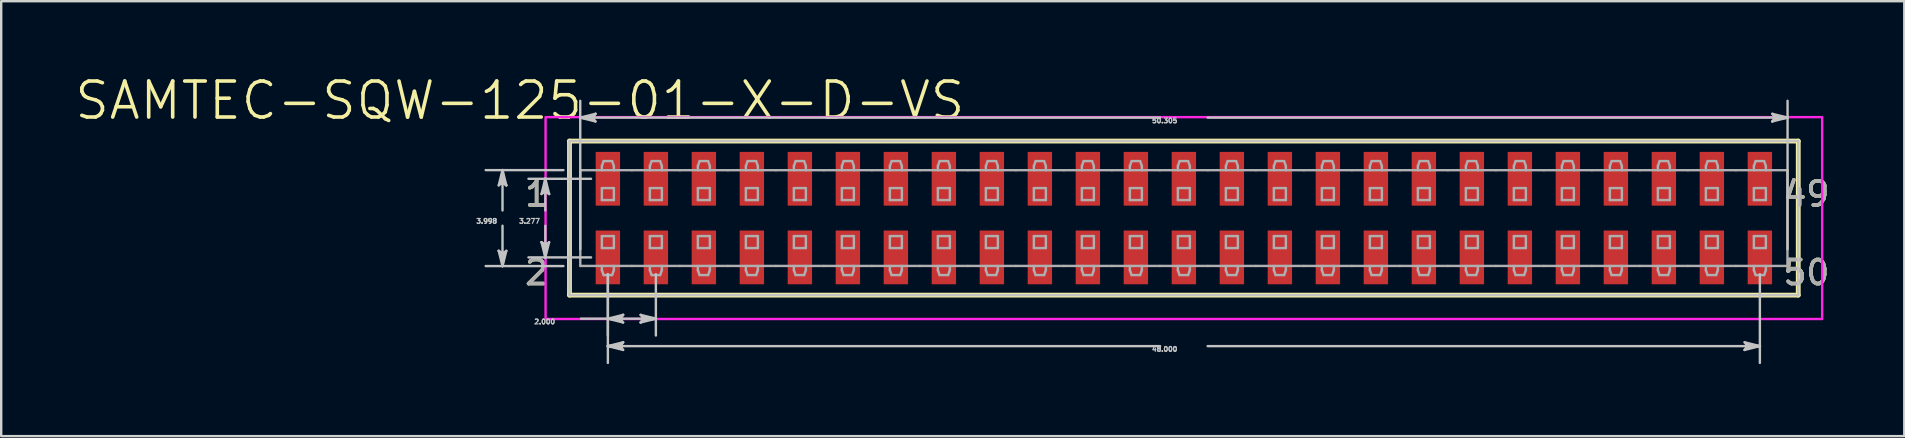
<source format=kicad_pcb>
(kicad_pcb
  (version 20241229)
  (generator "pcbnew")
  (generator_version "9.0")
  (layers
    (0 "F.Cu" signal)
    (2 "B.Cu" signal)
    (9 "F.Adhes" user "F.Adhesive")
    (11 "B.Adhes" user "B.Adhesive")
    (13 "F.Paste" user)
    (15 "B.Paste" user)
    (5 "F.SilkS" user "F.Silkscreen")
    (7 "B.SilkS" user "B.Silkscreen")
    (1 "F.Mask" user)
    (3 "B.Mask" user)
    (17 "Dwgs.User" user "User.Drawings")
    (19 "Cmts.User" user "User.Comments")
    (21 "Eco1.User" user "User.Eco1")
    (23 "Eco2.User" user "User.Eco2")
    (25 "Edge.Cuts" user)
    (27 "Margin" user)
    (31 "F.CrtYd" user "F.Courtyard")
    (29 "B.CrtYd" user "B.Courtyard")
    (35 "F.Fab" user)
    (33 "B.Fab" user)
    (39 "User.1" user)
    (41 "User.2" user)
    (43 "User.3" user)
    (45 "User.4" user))
  (footprint "SAMTEC-SQW-125-01-X-D-VS"
    (layer "F.Cu")
    (at 46.278 6.037)
    (property "Reference" "SAMTEC-SQW-125-01-X-D-VS" (at -27.668 -4.897 0) (layer "F.SilkS") (effects (font (size 1.5 1.5) (thickness 0.15))))
    (attr smd)
    (fp_poly (pts (xy -24.559 -2.809) (xy -23.441 -2.809) (xy -23.441 -0.467) (xy -24.559 -0.467)) (stroke (width 0.01) (type solid)) (fill yes) (layer "F.Mask"))
    (fp_poly (pts (xy -24.559 0.467) (xy -23.441 0.467) (xy -23.441 2.809) (xy -24.559 2.809)) (stroke (width 0.01) (type solid)) (fill yes) (layer "F.Mask"))
    (fp_poly (pts (xy -22.559 -2.809) (xy -21.441 -2.809) (xy -21.441 -0.467) (xy -22.559 -0.467)) (stroke (width 0.01) (type solid)) (fill yes) (layer "F.Mask"))
    (fp_poly (pts (xy -22.559 0.467) (xy -21.441 0.467) (xy -21.441 2.809) (xy -22.559 2.809)) (stroke (width 0.01) (type solid)) (fill yes) (layer "F.Mask"))
    (fp_poly (pts (xy -20.559 -2.809) (xy -19.441 -2.809) (xy -19.441 -0.467) (xy -20.559 -0.467)) (stroke (width 0.01) (type solid)) (fill yes) (layer "F.Mask"))
    (fp_poly (pts (xy -20.559 0.467) (xy -19.441 0.467) (xy -19.441 2.809) (xy -20.559 2.809)) (stroke (width 0.01) (type solid)) (fill yes) (layer "F.Mask"))
    (fp_poly (pts (xy -18.559 -2.809) (xy -17.441 -2.809) (xy -17.441 -0.467) (xy -18.559 -0.467)) (stroke (width 0.01) (type solid)) (fill yes) (layer "F.Mask"))
    (fp_poly (pts (xy -18.559 0.467) (xy -17.441 0.467) (xy -17.441 2.809) (xy -18.559 2.809)) (stroke (width 0.01) (type solid)) (fill yes) (layer "F.Mask"))
    (fp_poly (pts (xy -16.559 -2.809) (xy -15.441 -2.809) (xy -15.441 -0.467) (xy -16.559 -0.467)) (stroke (width 0.01) (type solid)) (fill yes) (layer "F.Mask"))
    (fp_poly (pts (xy -16.559 0.467) (xy -15.441 0.467) (xy -15.441 2.809) (xy -16.559 2.809)) (stroke (width 0.01) (type solid)) (fill yes) (layer "F.Mask"))
    (fp_poly (pts (xy -14.559 -2.809) (xy -13.441 -2.809) (xy -13.441 -0.467) (xy -14.559 -0.467)) (stroke (width 0.01) (type solid)) (fill yes) (layer "F.Mask"))
    (fp_poly (pts (xy -14.559 0.467) (xy -13.441 0.467) (xy -13.441 2.809) (xy -14.559 2.809)) (stroke (width 0.01) (type solid)) (fill yes) (layer "F.Mask"))
    (fp_poly (pts (xy -12.559 -2.809) (xy -11.441 -2.809) (xy -11.441 -0.467) (xy -12.559 -0.467)) (stroke (width 0.01) (type solid)) (fill yes) (layer "F.Mask"))
    (fp_poly (pts (xy -12.559 0.467) (xy -11.441 0.467) (xy -11.441 2.809) (xy -12.559 2.809)) (stroke (width 0.01) (type solid)) (fill yes) (layer "F.Mask"))
    (fp_poly (pts (xy -10.559 -2.809) (xy -9.441 -2.809) (xy -9.441 -0.467) (xy -10.559 -0.467)) (stroke (width 0.01) (type solid)) (fill yes) (layer "F.Mask"))
    (fp_poly (pts (xy -10.559 0.467) (xy -9.441 0.467) (xy -9.441 2.809) (xy -10.559 2.809)) (stroke (width 0.01) (type solid)) (fill yes) (layer "F.Mask"))
    (fp_poly (pts (xy -8.559 -2.809) (xy -7.441 -2.809) (xy -7.441 -0.467) (xy -8.559 -0.467)) (stroke (width 0.01) (type solid)) (fill yes) (layer "F.Mask"))
    (fp_poly (pts (xy -8.559 0.467) (xy -7.441 0.467) (xy -7.441 2.809) (xy -8.559 2.809)) (stroke (width 0.01) (type solid)) (fill yes) (layer "F.Mask"))
    (fp_poly (pts (xy -6.559 -2.809) (xy -5.441 -2.809) (xy -5.441 -0.467) (xy -6.559 -0.467)) (stroke (width 0.01) (type solid)) (fill yes) (layer "F.Mask"))
    (fp_poly (pts (xy -6.559 0.467) (xy -5.441 0.467) (xy -5.441 2.809) (xy -6.559 2.809)) (stroke (width 0.01) (type solid)) (fill yes) (layer "F.Mask"))
    (fp_poly (pts (xy -4.559 -2.809) (xy -3.441 -2.809) (xy -3.441 -0.467) (xy -4.559 -0.467)) (stroke (width 0.01) (type solid)) (fill yes) (layer "F.Mask"))
    (fp_poly (pts (xy -4.559 0.467) (xy -3.441 0.467) (xy -3.441 2.809) (xy -4.559 2.809)) (stroke (width 0.01) (type solid)) (fill yes) (layer "F.Mask"))
    (fp_poly (pts (xy -2.559 -2.809) (xy -1.441 -2.809) (xy -1.441 -0.467) (xy -2.559 -0.467)) (stroke (width 0.01) (type solid)) (fill yes) (layer "F.Mask"))
    (fp_poly (pts (xy -2.559 0.467) (xy -1.441 0.467) (xy -1.441 2.809) (xy -2.559 2.809)) (stroke (width 0.01) (type solid)) (fill yes) (layer "F.Mask"))
    (fp_poly (pts (xy -0.559 -2.809) (xy 0.559 -2.809) (xy 0.559 -0.467) (xy -0.559 -0.467)) (stroke (width 0.01) (type solid)) (fill yes) (layer "F.Mask"))
    (fp_poly (pts (xy -0.559 0.467) (xy 0.559 0.467) (xy 0.559 2.809) (xy -0.559 2.809)) (stroke (width 0.01) (type solid)) (fill yes) (layer "F.Mask"))
    (fp_poly (pts (xy 1.441 -2.809) (xy 2.559 -2.809) (xy 2.559 -0.467) (xy 1.441 -0.467)) (stroke (width 0.01) (type solid)) (fill yes) (layer "F.Mask"))
    (fp_poly (pts (xy 1.441 0.467) (xy 2.559 0.467) (xy 2.559 2.809) (xy 1.441 2.809)) (stroke (width 0.01) (type solid)) (fill yes) (layer "F.Mask"))
    (fp_poly (pts (xy 3.441 -2.809) (xy 4.559 -2.809) (xy 4.559 -0.467) (xy 3.441 -0.467)) (stroke (width 0.01) (type solid)) (fill yes) (layer "F.Mask"))
    (fp_poly (pts (xy 3.441 0.467) (xy 4.559 0.467) (xy 4.559 2.809) (xy 3.441 2.809)) (stroke (width 0.01) (type solid)) (fill yes) (layer "F.Mask"))
    (fp_poly (pts (xy 5.441 -2.809) (xy 6.559 -2.809) (xy 6.559 -0.467) (xy 5.441 -0.467)) (stroke (width 0.01) (type solid)) (fill yes) (layer "F.Mask"))
    (fp_poly (pts (xy 5.441 0.467) (xy 6.559 0.467) (xy 6.559 2.809) (xy 5.441 2.809)) (stroke (width 0.01) (type solid)) (fill yes) (layer "F.Mask"))
    (fp_poly (pts (xy 7.441 -2.809) (xy 8.559 -2.809) (xy 8.559 -0.467) (xy 7.441 -0.467)) (stroke (width 0.01) (type solid)) (fill yes) (layer "F.Mask"))
    (fp_poly (pts (xy 7.441 0.467) (xy 8.559 0.467) (xy 8.559 2.809) (xy 7.441 2.809)) (stroke (width 0.01) (type solid)) (fill yes) (layer "F.Mask"))
    (fp_poly (pts (xy 9.441 -2.809) (xy 10.559 -2.809) (xy 10.559 -0.467) (xy 9.441 -0.467)) (stroke (width 0.01) (type solid)) (fill yes) (layer "F.Mask"))
    (fp_poly (pts (xy 9.441 0.467) (xy 10.559 0.467) (xy 10.559 2.809) (xy 9.441 2.809)) (stroke (width 0.01) (type solid)) (fill yes) (layer "F.Mask"))
    (fp_poly (pts (xy 11.441 -2.809) (xy 12.559 -2.809) (xy 12.559 -0.467) (xy 11.441 -0.467)) (stroke (width 0.01) (type solid)) (fill yes) (layer "F.Mask"))
    (fp_poly (pts (xy 11.441 0.467) (xy 12.559 0.467) (xy 12.559 2.809) (xy 11.441 2.809)) (stroke (width 0.01) (type solid)) (fill yes) (layer "F.Mask"))
    (fp_poly (pts (xy 13.441 -2.809) (xy 14.559 -2.809) (xy 14.559 -0.467) (xy 13.441 -0.467)) (stroke (width 0.01) (type solid)) (fill yes) (layer "F.Mask"))
    (fp_poly (pts (xy 13.441 0.467) (xy 14.559 0.467) (xy 14.559 2.809) (xy 13.441 2.809)) (stroke (width 0.01) (type solid)) (fill yes) (layer "F.Mask"))
    (fp_poly (pts (xy 15.441 -2.809) (xy 16.559 -2.809) (xy 16.559 -0.467) (xy 15.441 -0.467)) (stroke (width 0.01) (type solid)) (fill yes) (layer "F.Mask"))
    (fp_poly (pts (xy 15.441 0.467) (xy 16.559 0.467) (xy 16.559 2.809) (xy 15.441 2.809)) (stroke (width 0.01) (type solid)) (fill yes) (layer "F.Mask"))
    (fp_poly (pts (xy 17.441 -2.809) (xy 18.559 -2.809) (xy 18.559 -0.467) (xy 17.441 -0.467)) (stroke (width 0.01) (type solid)) (fill yes) (layer "F.Mask"))
    (fp_poly (pts (xy 17.441 0.467) (xy 18.559 0.467) (xy 18.559 2.809) (xy 17.441 2.809)) (stroke (width 0.01) (type solid)) (fill yes) (layer "F.Mask"))
    (fp_poly (pts (xy 19.441 -2.809) (xy 20.559 -2.809) (xy 20.559 -0.467) (xy 19.441 -0.467)) (stroke (width 0.01) (type solid)) (fill yes) (layer "F.Mask"))
    (fp_poly (pts (xy 19.441 0.467) (xy 20.559 0.467) (xy 20.559 2.809) (xy 19.441 2.809)) (stroke (width 0.01) (type solid)) (fill yes) (layer "F.Mask"))
    (fp_poly (pts (xy 21.441 -2.809) (xy 22.559 -2.809) (xy 22.559 -0.467) (xy 21.441 -0.467)) (stroke (width 0.01) (type solid)) (fill yes) (layer "F.Mask"))
    (fp_poly (pts (xy 21.441 0.467) (xy 22.559 0.467) (xy 22.559 2.809) (xy 21.441 2.809)) (stroke (width 0.01) (type solid)) (fill yes) (layer "F.Mask"))
    (fp_poly (pts (xy 23.441 -2.809) (xy 24.559 -2.809) (xy 24.559 -0.467) (xy 23.441 -0.467)) (stroke (width 0.01) (type solid)) (fill yes) (layer "F.Mask"))
    (fp_poly (pts (xy 23.441 0.467) (xy 24.559 0.467) (xy 24.559 2.809) (xy 23.441 2.809)) (stroke (width 0.01) (type solid)) (fill yes) (layer "F.Mask"))
    (fp_line (start -25.599 -3.209) (end -25.599 3.209) (stroke (width 0.2) (type solid)) (layer "F.SilkS"))
    (fp_line (start -25.599 3.209) (end 25.599 3.209) (stroke (width 0.2) (type solid)) (layer "F.SilkS"))
    (fp_line (start 25.599 -3.209) (end -25.599 -3.209) (stroke (width 0.2) (type solid)) (layer "F.SilkS"))
    (fp_line (start 25.599 3.209) (end 25.599 -3.209) (stroke (width 0.2) (type solid)) (layer "F.SilkS"))
    (fp_poly (pts (xy -24.508 -2.758) (xy -23.492 -2.758) (xy -23.492 -0.518) (xy -24.508 -0.518)) (stroke (width 0.01) (type solid)) (fill yes) (layer "F.Paste"))
    (fp_poly (pts (xy -24.508 0.518) (xy -23.492 0.518) (xy -23.492 2.758) (xy -24.508 2.758)) (stroke (width 0.01) (type solid)) (fill yes) (layer "F.Paste"))
    (fp_poly (pts (xy -22.508 -2.758) (xy -21.492 -2.758) (xy -21.492 -0.518) (xy -22.508 -0.518)) (stroke (width 0.01) (type solid)) (fill yes) (layer "F.Paste"))
    (fp_poly (pts (xy -22.508 0.518) (xy -21.492 0.518) (xy -21.492 2.758) (xy -22.508 2.758)) (stroke (width 0.01) (type solid)) (fill yes) (layer "F.Paste"))
    (fp_poly (pts (xy -20.508 -2.758) (xy -19.492 -2.758) (xy -19.492 -0.518) (xy -20.508 -0.518)) (stroke (width 0.01) (type solid)) (fill yes) (layer "F.Paste"))
    (fp_poly (pts (xy -20.508 0.518) (xy -19.492 0.518) (xy -19.492 2.758) (xy -20.508 2.758)) (stroke (width 0.01) (type solid)) (fill yes) (layer "F.Paste"))
    (fp_poly (pts (xy -18.508 -2.758) (xy -17.492 -2.758) (xy -17.492 -0.518) (xy -18.508 -0.518)) (stroke (width 0.01) (type solid)) (fill yes) (layer "F.Paste"))
    (fp_poly (pts (xy -18.508 0.518) (xy -17.492 0.518) (xy -17.492 2.758) (xy -18.508 2.758)) (stroke (width 0.01) (type solid)) (fill yes) (layer "F.Paste"))
    (fp_poly (pts (xy -16.508 -2.758) (xy -15.492 -2.758) (xy -15.492 -0.518) (xy -16.508 -0.518)) (stroke (width 0.01) (type solid)) (fill yes) (layer "F.Paste"))
    (fp_poly (pts (xy -16.508 0.518) (xy -15.492 0.518) (xy -15.492 2.758) (xy -16.508 2.758)) (stroke (width 0.01) (type solid)) (fill yes) (layer "F.Paste"))
    (fp_poly (pts (xy -14.508 -2.758) (xy -13.492 -2.758) (xy -13.492 -0.518) (xy -14.508 -0.518)) (stroke (width 0.01) (type solid)) (fill yes) (layer "F.Paste"))
    (fp_poly (pts (xy -14.508 0.518) (xy -13.492 0.518) (xy -13.492 2.758) (xy -14.508 2.758)) (stroke (width 0.01) (type solid)) (fill yes) (layer "F.Paste"))
    (fp_poly (pts (xy -12.508 -2.758) (xy -11.492 -2.758) (xy -11.492 -0.518) (xy -12.508 -0.518)) (stroke (width 0.01) (type solid)) (fill yes) (layer "F.Paste"))
    (fp_poly (pts (xy -12.508 0.518) (xy -11.492 0.518) (xy -11.492 2.758) (xy -12.508 2.758)) (stroke (width 0.01) (type solid)) (fill yes) (layer "F.Paste"))
    (fp_poly (pts (xy -10.508 -2.758) (xy -9.492 -2.758) (xy -9.492 -0.518) (xy -10.508 -0.518)) (stroke (width 0.01) (type solid)) (fill yes) (layer "F.Paste"))
    (fp_poly (pts (xy -10.508 0.518) (xy -9.492 0.518) (xy -9.492 2.758) (xy -10.508 2.758)) (stroke (width 0.01) (type solid)) (fill yes) (layer "F.Paste"))
    (fp_poly (pts (xy -8.508 -2.758) (xy -7.492 -2.758) (xy -7.492 -0.518) (xy -8.508 -0.518)) (stroke (width 0.01) (type solid)) (fill yes) (layer "F.Paste"))
    (fp_poly (pts (xy -8.508 0.518) (xy -7.492 0.518) (xy -7.492 2.758) (xy -8.508 2.758)) (stroke (width 0.01) (type solid)) (fill yes) (layer "F.Paste"))
    (fp_poly (pts (xy -6.508 -2.758) (xy -5.492 -2.758) (xy -5.492 -0.518) (xy -6.508 -0.518)) (stroke (width 0.01) (type solid)) (fill yes) (layer "F.Paste"))
    (fp_poly (pts (xy -6.508 0.518) (xy -5.492 0.518) (xy -5.492 2.758) (xy -6.508 2.758)) (stroke (width 0.01) (type solid)) (fill yes) (layer "F.Paste"))
    (fp_poly (pts (xy -4.508 -2.758) (xy -3.492 -2.758) (xy -3.492 -0.518) (xy -4.508 -0.518)) (stroke (width 0.01) (type solid)) (fill yes) (layer "F.Paste"))
    (fp_poly (pts (xy -4.508 0.518) (xy -3.492 0.518) (xy -3.492 2.758) (xy -4.508 2.758)) (stroke (width 0.01) (type solid)) (fill yes) (layer "F.Paste"))
    (fp_poly (pts (xy -2.508 -2.758) (xy -1.492 -2.758) (xy -1.492 -0.518) (xy -2.508 -0.518)) (stroke (width 0.01) (type solid)) (fill yes) (layer "F.Paste"))
    (fp_poly (pts (xy -2.508 0.518) (xy -1.492 0.518) (xy -1.492 2.758) (xy -2.508 2.758)) (stroke (width 0.01) (type solid)) (fill yes) (layer "F.Paste"))
    (fp_poly (pts (xy -0.508 -2.758) (xy 0.508 -2.758) (xy 0.508 -0.518) (xy -0.508 -0.518)) (stroke (width 0.01) (type solid)) (fill yes) (layer "F.Paste"))
    (fp_poly (pts (xy -0.508 0.518) (xy 0.508 0.518) (xy 0.508 2.758) (xy -0.508 2.758)) (stroke (width 0.01) (type solid)) (fill yes) (layer "F.Paste"))
    (fp_poly (pts (xy 1.492 -2.758) (xy 2.508 -2.758) (xy 2.508 -0.518) (xy 1.492 -0.518)) (stroke (width 0.01) (type solid)) (fill yes) (layer "F.Paste"))
    (fp_poly (pts (xy 1.492 0.518) (xy 2.508 0.518) (xy 2.508 2.758) (xy 1.492 2.758)) (stroke (width 0.01) (type solid)) (fill yes) (layer "F.Paste"))
    (fp_poly (pts (xy 3.492 -2.758) (xy 4.508 -2.758) (xy 4.508 -0.518) (xy 3.492 -0.518)) (stroke (width 0.01) (type solid)) (fill yes) (layer "F.Paste"))
    (fp_poly (pts (xy 3.492 0.518) (xy 4.508 0.518) (xy 4.508 2.758) (xy 3.492 2.758)) (stroke (width 0.01) (type solid)) (fill yes) (layer "F.Paste"))
    (fp_poly (pts (xy 5.492 -2.758) (xy 6.508 -2.758) (xy 6.508 -0.518) (xy 5.492 -0.518)) (stroke (width 0.01) (type solid)) (fill yes) (layer "F.Paste"))
    (fp_poly (pts (xy 5.492 0.518) (xy 6.508 0.518) (xy 6.508 2.758) (xy 5.492 2.758)) (stroke (width 0.01) (type solid)) (fill yes) (layer "F.Paste"))
    (fp_poly (pts (xy 7.492 -2.758) (xy 8.508 -2.758) (xy 8.508 -0.518) (xy 7.492 -0.518)) (stroke (width 0.01) (type solid)) (fill yes) (layer "F.Paste"))
    (fp_poly (pts (xy 7.492 0.518) (xy 8.508 0.518) (xy 8.508 2.758) (xy 7.492 2.758)) (stroke (width 0.01) (type solid)) (fill yes) (layer "F.Paste"))
    (fp_poly (pts (xy 9.492 -2.758) (xy 10.508 -2.758) (xy 10.508 -0.518) (xy 9.492 -0.518)) (stroke (width 0.01) (type solid)) (fill yes) (layer "F.Paste"))
    (fp_poly (pts (xy 9.492 0.518) (xy 10.508 0.518) (xy 10.508 2.758) (xy 9.492 2.758)) (stroke (width 0.01) (type solid)) (fill yes) (layer "F.Paste"))
    (fp_poly (pts (xy 11.492 -2.758) (xy 12.508 -2.758) (xy 12.508 -0.518) (xy 11.492 -0.518)) (stroke (width 0.01) (type solid)) (fill yes) (layer "F.Paste"))
    (fp_poly (pts (xy 11.492 0.518) (xy 12.508 0.518) (xy 12.508 2.758) (xy 11.492 2.758)) (stroke (width 0.01) (type solid)) (fill yes) (layer "F.Paste"))
    (fp_poly (pts (xy 13.492 -2.758) (xy 14.508 -2.758) (xy 14.508 -0.518) (xy 13.492 -0.518)) (stroke (width 0.01) (type solid)) (fill yes) (layer "F.Paste"))
    (fp_poly (pts (xy 13.492 0.518) (xy 14.508 0.518) (xy 14.508 2.758) (xy 13.492 2.758)) (stroke (width 0.01) (type solid)) (fill yes) (layer "F.Paste"))
    (fp_poly (pts (xy 15.492 -2.758) (xy 16.508 -2.758) (xy 16.508 -0.518) (xy 15.492 -0.518)) (stroke (width 0.01) (type solid)) (fill yes) (layer "F.Paste"))
    (fp_poly (pts (xy 15.492 0.518) (xy 16.508 0.518) (xy 16.508 2.758) (xy 15.492 2.758)) (stroke (width 0.01) (type solid)) (fill yes) (layer "F.Paste"))
    (fp_poly (pts (xy 17.492 -2.758) (xy 18.508 -2.758) (xy 18.508 -0.518) (xy 17.492 -0.518)) (stroke (width 0.01) (type solid)) (fill yes) (layer "F.Paste"))
    (fp_poly (pts (xy 17.492 0.518) (xy 18.508 0.518) (xy 18.508 2.758) (xy 17.492 2.758)) (stroke (width 0.01) (type solid)) (fill yes) (layer "F.Paste"))
    (fp_poly (pts (xy 19.492 -2.758) (xy 20.508 -2.758) (xy 20.508 -0.518) (xy 19.492 -0.518)) (stroke (width 0.01) (type solid)) (fill yes) (layer "F.Paste"))
    (fp_poly (pts (xy 19.492 0.518) (xy 20.508 0.518) (xy 20.508 2.758) (xy 19.492 2.758)) (stroke (width 0.01) (type solid)) (fill yes) (layer "F.Paste"))
    (fp_poly (pts (xy 21.492 -2.758) (xy 22.508 -2.758) (xy 22.508 -0.518) (xy 21.492 -0.518)) (stroke (width 0.01) (type solid)) (fill yes) (layer "F.Paste"))
    (fp_poly (pts (xy 21.492 0.518) (xy 22.508 0.518) (xy 22.508 2.758) (xy 21.492 2.758)) (stroke (width 0.01) (type solid)) (fill yes) (layer "F.Paste"))
    (fp_poly (pts (xy 23.492 -2.758) (xy 24.508 -2.758) (xy 24.508 -0.518) (xy 23.492 -0.518)) (stroke (width 0.01) (type solid)) (fill yes) (layer "F.Paste"))
    (fp_poly (pts (xy 23.492 0.518) (xy 24.508 0.518) (xy 24.508 2.758) (xy 23.492 2.758)) (stroke (width 0.01) (type solid)) (fill yes) (layer "F.Paste"))
    (fp_line (start -28.548 -1.364) (end -28.39 -1.491) (stroke (width 0.1) (type solid)) (layer "Dwgs.User"))
    (fp_line (start -28.548 1.364) (end -28.39 1.999) (stroke (width 0.1) (type solid)) (layer "Dwgs.User"))
    (fp_line (start -28.469 -1.427) (end -28.39 -1.491) (stroke (width 0.1) (type solid)) (layer "Dwgs.User"))
    (fp_line (start -28.469 1.427) (end -28.548 1.364) (stroke (width 0.1) (type solid)) (layer "Dwgs.User"))
    (fp_line (start -28.39 -1.999) (end -28.548 -1.364) (stroke (width 0.1) (type solid)) (layer "Dwgs.User"))
    (fp_line (start -28.39 -1.999) (end -28.469 -1.427) (stroke (width 0.1) (type solid)) (layer "Dwgs.User"))
    (fp_line (start -28.39 -1.999) (end -28.31 -1.427) (stroke (width 0.1) (type solid)) (layer "Dwgs.User"))
    (fp_line (start -28.39 -1.491) (end -28.39 -1.999) (stroke (width 0.1) (type solid)) (layer "Dwgs.User"))
    (fp_line (start -28.39 -1.491) (end -28.231 -1.364) (stroke (width 0.1) (type solid)) (layer "Dwgs.User"))
    (fp_line (start -28.39 -0.318) (end -28.39 -1.999) (stroke (width 0.1) (type solid)) (layer "Dwgs.User"))
    (fp_line (start -28.39 0.318) (end -28.39 1.999) (stroke (width 0.1) (type solid)) (layer "Dwgs.User"))
    (fp_line (start -28.39 1.491) (end -28.548 1.364) (stroke (width 0.1) (type solid)) (layer "Dwgs.User"))
    (fp_line (start -28.39 1.491) (end -28.39 1.999) (stroke (width 0.1) (type solid)) (layer "Dwgs.User"))
    (fp_line (start -28.39 1.999) (end -28.469 1.427) (stroke (width 0.1) (type solid)) (layer "Dwgs.User"))
    (fp_line (start -28.39 1.999) (end -28.31 1.427) (stroke (width 0.1) (type solid)) (layer "Dwgs.User"))
    (fp_line (start -28.39 1.999) (end -28.231 1.364) (stroke (width 0.1) (type solid)) (layer "Dwgs.User"))
    (fp_line (start -28.31 -1.427) (end -28.231 -1.364) (stroke (width 0.1) (type solid)) (layer "Dwgs.User"))
    (fp_line (start -28.31 1.427) (end -28.39 1.491) (stroke (width 0.1) (type solid)) (layer "Dwgs.User"))
    (fp_line (start -28.231 -1.364) (end -28.39 -1.999) (stroke (width 0.1) (type solid)) (layer "Dwgs.User"))
    (fp_line (start -28.231 1.364) (end -28.39 1.491) (stroke (width 0.1) (type solid)) (layer "Dwgs.User"))
    (fp_line (start -26.765 -1.003) (end -26.606 -1.13) (stroke (width 0.1) (type solid)) (layer "Dwgs.User"))
    (fp_line (start -26.765 1.003) (end -26.606 1.638) (stroke (width 0.1) (type solid)) (layer "Dwgs.User"))
    (fp_line (start -26.686 -1.067) (end -26.606 -1.13) (stroke (width 0.1) (type solid)) (layer "Dwgs.User"))
    (fp_line (start -26.686 1.067) (end -26.765 1.003) (stroke (width 0.1) (type solid)) (layer "Dwgs.User"))
    (fp_line (start -26.606 -1.638) (end -26.765 -1.003) (stroke (width 0.1) (type solid)) (layer "Dwgs.User"))
    (fp_line (start -26.606 -1.638) (end -26.686 -1.067) (stroke (width 0.1) (type solid)) (layer "Dwgs.User"))
    (fp_line (start -26.606 -1.638) (end -26.527 -1.067) (stroke (width 0.1) (type solid)) (layer "Dwgs.User"))
    (fp_line (start -26.606 -1.13) (end -26.606 -1.638) (stroke (width 0.1) (type solid)) (layer "Dwgs.User"))
    (fp_line (start -26.606 -1.13) (end -26.448 -1.003) (stroke (width 0.1) (type solid)) (layer "Dwgs.User"))
    (fp_line (start -26.606 -0.318) (end -26.606 -1.638) (stroke (width 0.1) (type solid)) (layer "Dwgs.User"))
    (fp_line (start -26.606 0.318) (end -26.606 1.638) (stroke (width 0.1) (type solid)) (layer "Dwgs.User"))
    (fp_line (start -26.606 1.13) (end -26.765 1.003) (stroke (width 0.1) (type solid)) (layer "Dwgs.User"))
    (fp_line (start -26.606 1.13) (end -26.606 1.638) (stroke (width 0.1) (type solid)) (layer "Dwgs.User"))
    (fp_line (start -26.606 1.638) (end -26.686 1.067) (stroke (width 0.1) (type solid)) (layer "Dwgs.User"))
    (fp_line (start -26.606 1.638) (end -26.527 1.067) (stroke (width 0.1) (type solid)) (layer "Dwgs.User"))
    (fp_line (start -26.606 1.638) (end -26.448 1.003) (stroke (width 0.1) (type solid)) (layer "Dwgs.User"))
    (fp_line (start -26.527 -1.067) (end -26.448 -1.003) (stroke (width 0.1) (type solid)) (layer "Dwgs.User"))
    (fp_line (start -26.527 1.067) (end -26.606 1.13) (stroke (width 0.1) (type solid)) (layer "Dwgs.User"))
    (fp_line (start -26.448 -1.003) (end -26.606 -1.638) (stroke (width 0.1) (type solid)) (layer "Dwgs.User"))
    (fp_line (start -26.448 1.003) (end -26.606 1.13) (stroke (width 0.1) (type solid)) (layer "Dwgs.User"))
    (fp_line (start -25.852 -1.999) (end -29.091 -1.999) (stroke (width 0.1) (type solid)) (layer "Dwgs.User"))
    (fp_line (start -25.852 1.999) (end -29.091 1.999) (stroke (width 0.1) (type solid)) (layer "Dwgs.User"))
    (fp_line (start -25.599 -3.209) (end -25.599 3.209) (stroke (width 0.1) (type solid)) (layer "Dwgs.User"))
    (fp_line (start -25.599 3.209) (end 25.599 3.209) (stroke (width 0.1) (type solid)) (layer "Dwgs.User"))
    (fp_line (start -25.151 -4.186) (end -24.58 -4.265) (stroke (width 0.1) (type solid)) (layer "Dwgs.User"))
    (fp_line (start -25.151 -4.186) (end -24.58 -4.107) (stroke (width 0.1) (type solid)) (layer "Dwgs.User"))
    (fp_line (start -25.151 -4.186) (end -24.516 -4.027) (stroke (width 0.1) (type solid)) (layer "Dwgs.User"))
    (fp_line (start -25.151 1.298) (end -25.151 -4.887) (stroke (width 0.1) (type solid)) (layer "Dwgs.User"))
    (fp_line (start -25.121 4.191) (end -24 4.191) (stroke (width 0.1) (type solid)) (layer "Dwgs.User"))
    (fp_line (start -24.701 -1.638) (end -27.308 -1.638) (stroke (width 0.1) (type solid)) (layer "Dwgs.User"))
    (fp_line (start -24.701 1.638) (end -27.308 1.638) (stroke (width 0.1) (type solid)) (layer "Dwgs.User"))
    (fp_line (start -24.643 -4.186) (end -25.151 -4.186) (stroke (width 0.1) (type solid)) (layer "Dwgs.User"))
    (fp_line (start -24.643 -4.186) (end -24.516 -4.345) (stroke (width 0.1) (type solid)) (layer "Dwgs.User"))
    (fp_line (start -24.58 -4.265) (end -24.516 -4.345) (stroke (width 0.1) (type solid)) (layer "Dwgs.User"))
    (fp_line (start -24.58 -4.107) (end -24.643 -4.186) (stroke (width 0.1) (type solid)) (layer "Dwgs.User"))
    (fp_line (start -24.516 -4.345) (end -25.151 -4.186) (stroke (width 0.1) (type solid)) (layer "Dwgs.User"))
    (fp_line (start -24.516 -4.027) (end -24.643 -4.186) (stroke (width 0.1) (type solid)) (layer "Dwgs.User"))
    (fp_line (start -24 2.339) (end -24 4.892) (stroke (width 0.1) (type solid)) (layer "Dwgs.User"))
    (fp_line (start -24 2.339) (end -24 6.035) (stroke (width 0.1) (type solid)) (layer "Dwgs.User"))
    (fp_line (start -24 4.191) (end -23.428 4.112) (stroke (width 0.1) (type solid)) (layer "Dwgs.User"))
    (fp_line (start -24 4.191) (end -23.428 4.27) (stroke (width 0.1) (type solid)) (layer "Dwgs.User"))
    (fp_line (start -24 4.191) (end -23.365 4.35) (stroke (width 0.1) (type solid)) (layer "Dwgs.User"))
    (fp_line (start -24 4.191) (end -22 4.191) (stroke (width 0.1) (type solid)) (layer "Dwgs.User"))
    (fp_line (start -24 5.334) (end -23.428 5.255) (stroke (width 0.1) (type solid)) (layer "Dwgs.User"))
    (fp_line (start -24 5.334) (end -23.428 5.413) (stroke (width 0.1) (type solid)) (layer "Dwgs.User"))
    (fp_line (start -24 5.334) (end -23.365 5.493) (stroke (width 0.1) (type solid)) (layer "Dwgs.User"))
    (fp_line (start -23.492 4.191) (end -24 4.191) (stroke (width 0.1) (type solid)) (layer "Dwgs.User"))
    (fp_line (start -23.492 4.191) (end -23.365 4.032) (stroke (width 0.1) (type solid)) (layer "Dwgs.User"))
    (fp_line (start -23.492 5.334) (end -24 5.334) (stroke (width 0.1) (type solid)) (layer "Dwgs.User"))
    (fp_line (start -23.492 5.334) (end -23.365 5.175) (stroke (width 0.1) (type solid)) (layer "Dwgs.User"))
    (fp_line (start -23.428 4.112) (end -23.365 4.032) (stroke (width 0.1) (type solid)) (layer "Dwgs.User"))
    (fp_line (start -23.428 4.27) (end -23.492 4.191) (stroke (width 0.1) (type solid)) (layer "Dwgs.User"))
    (fp_line (start -23.428 5.255) (end -23.365 5.175) (stroke (width 0.1) (type solid)) (layer "Dwgs.User"))
    (fp_line (start -23.428 5.413) (end -23.492 5.334) (stroke (width 0.1) (type solid)) (layer "Dwgs.User"))
    (fp_line (start -23.365 4.032) (end -24 4.191) (stroke (width 0.1) (type solid)) (layer "Dwgs.User"))
    (fp_line (start -23.365 4.35) (end -23.492 4.191) (stroke (width 0.1) (type solid)) (layer "Dwgs.User"))
    (fp_line (start -23.365 5.175) (end -24 5.334) (stroke (width 0.1) (type solid)) (layer "Dwgs.User"))
    (fp_line (start -23.365 5.493) (end -23.492 5.334) (stroke (width 0.1) (type solid)) (layer "Dwgs.User"))
    (fp_line (start -22.635 4.032) (end -22.508 4.191) (stroke (width 0.1) (type solid)) (layer "Dwgs.User"))
    (fp_line (start -22.635 4.35) (end -22 4.191) (stroke (width 0.1) (type solid)) (layer "Dwgs.User"))
    (fp_line (start -22.571 4.112) (end -22.508 4.191) (stroke (width 0.1) (type solid)) (layer "Dwgs.User"))
    (fp_line (start -22.571 4.27) (end -22.635 4.35) (stroke (width 0.1) (type solid)) (layer "Dwgs.User"))
    (fp_line (start -22.508 4.191) (end -22.635 4.35) (stroke (width 0.1) (type solid)) (layer "Dwgs.User"))
    (fp_line (start -22.508 4.191) (end -22 4.191) (stroke (width 0.1) (type solid)) (layer "Dwgs.User"))
    (fp_line (start -22 2.339) (end -22 4.892) (stroke (width 0.1) (type solid)) (layer "Dwgs.User"))
    (fp_line (start -22 4.191) (end -22.635 4.032) (stroke (width 0.1) (type solid)) (layer "Dwgs.User"))
    (fp_line (start -22 4.191) (end -22.571 4.112) (stroke (width 0.1) (type solid)) (layer "Dwgs.User"))
    (fp_line (start -22 4.191) (end -22.571 4.27) (stroke (width 0.1) (type solid)) (layer "Dwgs.User"))
    (fp_line (start -0.991 -4.186) (end -25.151 -4.186) (stroke (width 0.1) (type solid)) (layer "Dwgs.User"))
    (fp_line (start -0.991 5.334) (end -24 5.334) (stroke (width 0.1) (type solid)) (layer "Dwgs.User"))
    (fp_line (start 0.991 -4.186) (end 25.154 -4.186) (stroke (width 0.1) (type solid)) (layer "Dwgs.User"))
    (fp_line (start 0.991 5.334) (end 24 5.334) (stroke (width 0.1) (type solid)) (layer "Dwgs.User"))
    (fp_line (start 23.365 5.175) (end 23.492 5.334) (stroke (width 0.1) (type solid)) (layer "Dwgs.User"))
    (fp_line (start 23.365 5.493) (end 24 5.334) (stroke (width 0.1) (type solid)) (layer "Dwgs.User"))
    (fp_line (start 23.428 5.255) (end 23.492 5.334) (stroke (width 0.1) (type solid)) (layer "Dwgs.User"))
    (fp_line (start 23.428 5.413) (end 23.365 5.493) (stroke (width 0.1) (type solid)) (layer "Dwgs.User"))
    (fp_line (start 23.492 5.334) (end 23.365 5.493) (stroke (width 0.1) (type solid)) (layer "Dwgs.User"))
    (fp_line (start 23.492 5.334) (end 24 5.334) (stroke (width 0.1) (type solid)) (layer "Dwgs.User"))
    (fp_line (start 24 2.339) (end 24 6.035) (stroke (width 0.1) (type solid)) (layer "Dwgs.User"))
    (fp_line (start 24 5.334) (end 23.365 5.175) (stroke (width 0.1) (type solid)) (layer "Dwgs.User"))
    (fp_line (start 24 5.334) (end 23.428 5.255) (stroke (width 0.1) (type solid)) (layer "Dwgs.User"))
    (fp_line (start 24 5.334) (end 23.428 5.413) (stroke (width 0.1) (type solid)) (layer "Dwgs.User"))
    (fp_line (start 24.519 -4.345) (end 24.646 -4.186) (stroke (width 0.1) (type solid)) (layer "Dwgs.User"))
    (fp_line (start 24.519 -4.027) (end 25.154 -4.186) (stroke (width 0.1) (type solid)) (layer "Dwgs.User"))
    (fp_line (start 24.582 -4.265) (end 24.646 -4.186) (stroke (width 0.1) (type solid)) (layer "Dwgs.User"))
    (fp_line (start 24.582 -4.107) (end 24.519 -4.027) (stroke (width 0.1) (type solid)) (layer "Dwgs.User"))
    (fp_line (start 24.646 -4.186) (end 24.519 -4.027) (stroke (width 0.1) (type solid)) (layer "Dwgs.User"))
    (fp_line (start 24.646 -4.186) (end 25.154 -4.186) (stroke (width 0.1) (type solid)) (layer "Dwgs.User"))
    (fp_line (start 25.154 -4.186) (end 24.519 -4.345) (stroke (width 0.1) (type solid)) (layer "Dwgs.User"))
    (fp_line (start 25.154 -4.186) (end 24.582 -4.265) (stroke (width 0.1) (type solid)) (layer "Dwgs.User"))
    (fp_line (start 25.154 -4.186) (end 24.582 -4.107) (stroke (width 0.1) (type solid)) (layer "Dwgs.User"))
    (fp_line (start 25.154 1.298) (end 25.154 -4.887) (stroke (width 0.1) (type solid)) (layer "Dwgs.User"))
    (fp_line (start 25.599 -3.209) (end -25.599 -3.209) (stroke (width 0.1) (type solid)) (layer "Dwgs.User"))
    (fp_line (start 25.599 3.209) (end 25.599 -3.209) (stroke (width 0.1) (type solid)) (layer "Dwgs.User"))
    (fp_poly (pts (xy 26.596 -4.206) (xy -26.596 -4.206) (xy -26.596 4.206) (xy 26.596 4.206) (xy 26.596 -4.206)) (stroke (width 0.1) (type solid)) (fill no) (layer "F.CrtYd"))
    (fp_line (start -25.149 -1.994) (end -25.149 1.994) (stroke (width 0.1) (type solid)) (layer "F.Fab"))
    (fp_line (start -25.149 -1.994) (end -23 -1.994) (stroke (width 0.1) (type solid)) (layer "F.Fab"))
    (fp_line (start -24.25 -1.994) (end -24.25 -2.172) (stroke (width 0.1) (type solid)) (layer "F.Fab"))
    (fp_line (start -24.25 -1.25) (end -24.25 -0.75) (stroke (width 0.1) (type solid)) (layer "F.Fab"))
    (fp_line (start -24.25 -0.75) (end -23.75 -0.75) (stroke (width 0.1) (type solid)) (layer "F.Fab"))
    (fp_line (start -24.25 0.75) (end -24.25 1.25) (stroke (width 0.1) (type solid)) (layer "F.Fab"))
    (fp_line (start -24.25 1.25) (end -23.75 1.25) (stroke (width 0.1) (type solid)) (layer "F.Fab"))
    (fp_line (start -24.25 2.172) (end -24.25 1.994) (stroke (width 0.1) (type solid)) (layer "F.Fab"))
    (fp_line (start -24.25 2.172) (end -24.176 2.375) (stroke (width 0.1) (type solid)) (layer "F.Fab"))
    (fp_line (start -24.176 -2.375) (end -24.25 -2.172) (stroke (width 0.1) (type solid)) (layer "F.Fab"))
    (fp_line (start -24.176 2.375) (end -23.824 2.375) (stroke (width 0.1) (type solid)) (layer "F.Fab"))
    (fp_line (start -23.824 -2.375) (end -24.176 -2.375) (stroke (width 0.1) (type solid)) (layer "F.Fab"))
    (fp_line (start -23.824 2.375) (end -23.75 2.172) (stroke (width 0.1) (type solid)) (layer "F.Fab"))
    (fp_line (start -23.75 -2.172) (end -23.824 -2.375) (stroke (width 0.1) (type solid)) (layer "F.Fab"))
    (fp_line (start -23.75 -2.172) (end -23.75 -1.994) (stroke (width 0.1) (type solid)) (layer "F.Fab"))
    (fp_line (start -23.75 -1.25) (end -24.25 -1.25) (stroke (width 0.1) (type solid)) (layer "F.Fab"))
    (fp_line (start -23.75 -0.75) (end -23.75 -1.25) (stroke (width 0.1) (type solid)) (layer "F.Fab"))
    (fp_line (start -23.75 0.75) (end -24.25 0.75) (stroke (width 0.1) (type solid)) (layer "F.Fab"))
    (fp_line (start -23.75 1.25) (end -23.75 0.75) (stroke (width 0.1) (type solid)) (layer "F.Fab"))
    (fp_line (start -23.75 1.994) (end -23.75 2.172) (stroke (width 0.1) (type solid)) (layer "F.Fab"))
    (fp_line (start -23 -1.994) (end -21 -1.994) (stroke (width 0.1) (type solid)) (layer "F.Fab"))
    (fp_line (start -23 1.994) (end -25.149 1.994) (stroke (width 0.1) (type solid)) (layer "F.Fab"))
    (fp_line (start -22.25 -1.994) (end -22.25 -2.172) (stroke (width 0.1) (type solid)) (layer "F.Fab"))
    (fp_line (start -22.25 -1.25) (end -22.25 -0.75) (stroke (width 0.1) (type solid)) (layer "F.Fab"))
    (fp_line (start -22.25 -0.75) (end -21.75 -0.75) (stroke (width 0.1) (type solid)) (layer "F.Fab"))
    (fp_line (start -22.25 0.75) (end -22.25 1.25) (stroke (width 0.1) (type solid)) (layer "F.Fab"))
    (fp_line (start -22.25 1.25) (end -21.75 1.25) (stroke (width 0.1) (type solid)) (layer "F.Fab"))
    (fp_line (start -22.25 2.172) (end -22.25 1.994) (stroke (width 0.1) (type solid)) (layer "F.Fab"))
    (fp_line (start -22.25 2.172) (end -22.176 2.375) (stroke (width 0.1) (type solid)) (layer "F.Fab"))
    (fp_line (start -22.176 -2.375) (end -22.25 -2.172) (stroke (width 0.1) (type solid)) (layer "F.Fab"))
    (fp_line (start -22.176 2.375) (end -21.824 2.375) (stroke (width 0.1) (type solid)) (layer "F.Fab"))
    (fp_line (start -21.824 -2.375) (end -22.176 -2.375) (stroke (width 0.1) (type solid)) (layer "F.Fab"))
    (fp_line (start -21.824 2.375) (end -21.75 2.172) (stroke (width 0.1) (type solid)) (layer "F.Fab"))
    (fp_line (start -21.75 -2.172) (end -21.824 -2.375) (stroke (width 0.1) (type solid)) (layer "F.Fab"))
    (fp_line (start -21.75 -2.172) (end -21.75 -1.994) (stroke (width 0.1) (type solid)) (layer "F.Fab"))
    (fp_line (start -21.75 -1.25) (end -22.25 -1.25) (stroke (width 0.1) (type solid)) (layer "F.Fab"))
    (fp_line (start -21.75 -0.75) (end -21.75 -1.25) (stroke (width 0.1) (type solid)) (layer "F.Fab"))
    (fp_line (start -21.75 0.75) (end -22.25 0.75) (stroke (width 0.1) (type solid)) (layer "F.Fab"))
    (fp_line (start -21.75 1.25) (end -21.75 0.75) (stroke (width 0.1) (type solid)) (layer "F.Fab"))
    (fp_line (start -21.75 1.994) (end -21.75 2.172) (stroke (width 0.1) (type solid)) (layer "F.Fab"))
    (fp_line (start -21 -1.994) (end -19 -1.994) (stroke (width 0.1) (type solid)) (layer "F.Fab"))
    (fp_line (start -21 1.994) (end -23 1.994) (stroke (width 0.1) (type solid)) (layer "F.Fab"))
    (fp_line (start -20.25 -1.994) (end -20.25 -2.172) (stroke (width 0.1) (type solid)) (layer "F.Fab"))
    (fp_line (start -20.25 -1.25) (end -20.25 -0.75) (stroke (width 0.1) (type solid)) (layer "F.Fab"))
    (fp_line (start -20.25 -0.75) (end -19.75 -0.75) (stroke (width 0.1) (type solid)) (layer "F.Fab"))
    (fp_line (start -20.25 0.75) (end -20.25 1.25) (stroke (width 0.1) (type solid)) (layer "F.Fab"))
    (fp_line (start -20.25 1.25) (end -19.75 1.25) (stroke (width 0.1) (type solid)) (layer "F.Fab"))
    (fp_line (start -20.25 2.172) (end -20.25 1.994) (stroke (width 0.1) (type solid)) (layer "F.Fab"))
    (fp_line (start -20.25 2.172) (end -20.176 2.375) (stroke (width 0.1) (type solid)) (layer "F.Fab"))
    (fp_line (start -20.176 -2.375) (end -20.25 -2.172) (stroke (width 0.1) (type solid)) (layer "F.Fab"))
    (fp_line (start -20.176 2.375) (end -19.824 2.375) (stroke (width 0.1) (type solid)) (layer "F.Fab"))
    (fp_line (start -19.824 -2.375) (end -20.176 -2.375) (stroke (width 0.1) (type solid)) (layer "F.Fab"))
    (fp_line (start -19.824 2.375) (end -19.75 2.172) (stroke (width 0.1) (type solid)) (layer "F.Fab"))
    (fp_line (start -19.75 -2.172) (end -19.824 -2.375) (stroke (width 0.1) (type solid)) (layer "F.Fab"))
    (fp_line (start -19.75 -2.172) (end -19.75 -1.994) (stroke (width 0.1) (type solid)) (layer "F.Fab"))
    (fp_line (start -19.75 -1.25) (end -20.25 -1.25) (stroke (width 0.1) (type solid)) (layer "F.Fab"))
    (fp_line (start -19.75 -0.75) (end -19.75 -1.25) (stroke (width 0.1) (type solid)) (layer "F.Fab"))
    (fp_line (start -19.75 0.75) (end -20.25 0.75) (stroke (width 0.1) (type solid)) (layer "F.Fab"))
    (fp_line (start -19.75 1.25) (end -19.75 0.75) (stroke (width 0.1) (type solid)) (layer "F.Fab"))
    (fp_line (start -19.75 1.994) (end -19.75 2.172) (stroke (width 0.1) (type solid)) (layer "F.Fab"))
    (fp_line (start -19 -1.994) (end -17 -1.994) (stroke (width 0.1) (type solid)) (layer "F.Fab"))
    (fp_line (start -19 1.994) (end -21 1.994) (stroke (width 0.1) (type solid)) (layer "F.Fab"))
    (fp_line (start -18.25 -1.994) (end -18.25 -2.172) (stroke (width 0.1) (type solid)) (layer "F.Fab"))
    (fp_line (start -18.25 -1.25) (end -18.25 -0.75) (stroke (width 0.1) (type solid)) (layer "F.Fab"))
    (fp_line (start -18.25 -0.75) (end -17.75 -0.75) (stroke (width 0.1) (type solid)) (layer "F.Fab"))
    (fp_line (start -18.25 0.75) (end -18.25 1.25) (stroke (width 0.1) (type solid)) (layer "F.Fab"))
    (fp_line (start -18.25 1.25) (end -17.75 1.25) (stroke (width 0.1) (type solid)) (layer "F.Fab"))
    (fp_line (start -18.25 2.172) (end -18.25 1.994) (stroke (width 0.1) (type solid)) (layer "F.Fab"))
    (fp_line (start -18.25 2.172) (end -18.176 2.375) (stroke (width 0.1) (type solid)) (layer "F.Fab"))
    (fp_line (start -18.176 -2.375) (end -18.25 -2.172) (stroke (width 0.1) (type solid)) (layer "F.Fab"))
    (fp_line (start -18.176 2.375) (end -17.824 2.375) (stroke (width 0.1) (type solid)) (layer "F.Fab"))
    (fp_line (start -17.824 -2.375) (end -18.176 -2.375) (stroke (width 0.1) (type solid)) (layer "F.Fab"))
    (fp_line (start -17.824 2.375) (end -17.75 2.172) (stroke (width 0.1) (type solid)) (layer "F.Fab"))
    (fp_line (start -17.75 -2.172) (end -17.824 -2.375) (stroke (width 0.1) (type solid)) (layer "F.Fab"))
    (fp_line (start -17.75 -2.172) (end -17.75 -1.994) (stroke (width 0.1) (type solid)) (layer "F.Fab"))
    (fp_line (start -17.75 -1.25) (end -18.25 -1.25) (stroke (width 0.1) (type solid)) (layer "F.Fab"))
    (fp_line (start -17.75 -0.75) (end -17.75 -1.25) (stroke (width 0.1) (type solid)) (layer "F.Fab"))
    (fp_line (start -17.75 0.75) (end -18.25 0.75) (stroke (width 0.1) (type solid)) (layer "F.Fab"))
    (fp_line (start -17.75 1.25) (end -17.75 0.75) (stroke (width 0.1) (type solid)) (layer "F.Fab"))
    (fp_line (start -17.75 1.994) (end -17.75 2.172) (stroke (width 0.1) (type solid)) (layer "F.Fab"))
    (fp_line (start -17 -1.994) (end -15 -1.994) (stroke (width 0.1) (type solid)) (layer "F.Fab"))
    (fp_line (start -17 1.994) (end -19 1.994) (stroke (width 0.1) (type solid)) (layer "F.Fab"))
    (fp_line (start -16.25 -1.994) (end -16.25 -2.172) (stroke (width 0.1) (type solid)) (layer "F.Fab"))
    (fp_line (start -16.25 -1.25) (end -16.25 -0.75) (stroke (width 0.1) (type solid)) (layer "F.Fab"))
    (fp_line (start -16.25 -0.75) (end -15.75 -0.75) (stroke (width 0.1) (type solid)) (layer "F.Fab"))
    (fp_line (start -16.25 0.75) (end -16.25 1.25) (stroke (width 0.1) (type solid)) (layer "F.Fab"))
    (fp_line (start -16.25 1.25) (end -15.75 1.25) (stroke (width 0.1) (type solid)) (layer "F.Fab"))
    (fp_line (start -16.25 2.172) (end -16.25 1.994) (stroke (width 0.1) (type solid)) (layer "F.Fab"))
    (fp_line (start -16.25 2.172) (end -16.176 2.375) (stroke (width 0.1) (type solid)) (layer "F.Fab"))
    (fp_line (start -16.176 -2.375) (end -16.25 -2.172) (stroke (width 0.1) (type solid)) (layer "F.Fab"))
    (fp_line (start -16.176 2.375) (end -15.824 2.375) (stroke (width 0.1) (type solid)) (layer "F.Fab"))
    (fp_line (start -15.824 -2.375) (end -16.176 -2.375) (stroke (width 0.1) (type solid)) (layer "F.Fab"))
    (fp_line (start -15.824 2.375) (end -15.75 2.172) (stroke (width 0.1) (type solid)) (layer "F.Fab"))
    (fp_line (start -15.75 -2.172) (end -15.824 -2.375) (stroke (width 0.1) (type solid)) (layer "F.Fab"))
    (fp_line (start -15.75 -2.172) (end -15.75 -1.994) (stroke (width 0.1) (type solid)) (layer "F.Fab"))
    (fp_line (start -15.75 -1.25) (end -16.25 -1.25) (stroke (width 0.1) (type solid)) (layer "F.Fab"))
    (fp_line (start -15.75 -0.75) (end -15.75 -1.25) (stroke (width 0.1) (type solid)) (layer "F.Fab"))
    (fp_line (start -15.75 0.75) (end -16.25 0.75) (stroke (width 0.1) (type solid)) (layer "F.Fab"))
    (fp_line (start -15.75 1.25) (end -15.75 0.75) (stroke (width 0.1) (type solid)) (layer "F.Fab"))
    (fp_line (start -15.75 1.994) (end -15.75 2.172) (stroke (width 0.1) (type solid)) (layer "F.Fab"))
    (fp_line (start -15 -1.994) (end -13 -1.994) (stroke (width 0.1) (type solid)) (layer "F.Fab"))
    (fp_line (start -15 1.994) (end -17 1.994) (stroke (width 0.1) (type solid)) (layer "F.Fab"))
    (fp_line (start -14.25 -1.994) (end -14.25 -2.172) (stroke (width 0.1) (type solid)) (layer "F.Fab"))
    (fp_line (start -14.25 -1.25) (end -14.25 -0.75) (stroke (width 0.1) (type solid)) (layer "F.Fab"))
    (fp_line (start -14.25 -0.75) (end -13.75 -0.75) (stroke (width 0.1) (type solid)) (layer "F.Fab"))
    (fp_line (start -14.25 0.75) (end -14.25 1.25) (stroke (width 0.1) (type solid)) (layer "F.Fab"))
    (fp_line (start -14.25 1.25) (end -13.75 1.25) (stroke (width 0.1) (type solid)) (layer "F.Fab"))
    (fp_line (start -14.25 2.172) (end -14.25 1.994) (stroke (width 0.1) (type solid)) (layer "F.Fab"))
    (fp_line (start -14.25 2.172) (end -14.176 2.375) (stroke (width 0.1) (type solid)) (layer "F.Fab"))
    (fp_line (start -14.176 -2.375) (end -14.25 -2.172) (stroke (width 0.1) (type solid)) (layer "F.Fab"))
    (fp_line (start -14.176 2.375) (end -13.824 2.375) (stroke (width 0.1) (type solid)) (layer "F.Fab"))
    (fp_line (start -13.824 -2.375) (end -14.176 -2.375) (stroke (width 0.1) (type solid)) (layer "F.Fab"))
    (fp_line (start -13.824 2.375) (end -13.75 2.172) (stroke (width 0.1) (type solid)) (layer "F.Fab"))
    (fp_line (start -13.75 -2.172) (end -13.824 -2.375) (stroke (width 0.1) (type solid)) (layer "F.Fab"))
    (fp_line (start -13.75 -2.172) (end -13.75 -1.994) (stroke (width 0.1) (type solid)) (layer "F.Fab"))
    (fp_line (start -13.75 -1.25) (end -14.25 -1.25) (stroke (width 0.1) (type solid)) (layer "F.Fab"))
    (fp_line (start -13.75 -0.75) (end -13.75 -1.25) (stroke (width 0.1) (type solid)) (layer "F.Fab"))
    (fp_line (start -13.75 0.75) (end -14.25 0.75) (stroke (width 0.1) (type solid)) (layer "F.Fab"))
    (fp_line (start -13.75 1.25) (end -13.75 0.75) (stroke (width 0.1) (type solid)) (layer "F.Fab"))
    (fp_line (start -13.75 1.994) (end -13.75 2.172) (stroke (width 0.1) (type solid)) (layer "F.Fab"))
    (fp_line (start -13 -1.994) (end -11 -1.994) (stroke (width 0.1) (type solid)) (layer "F.Fab"))
    (fp_line (start -13 1.994) (end -15 1.994) (stroke (width 0.1) (type solid)) (layer "F.Fab"))
    (fp_line (start -12.25 -1.994) (end -12.25 -2.172) (stroke (width 0.1) (type solid)) (layer "F.Fab"))
    (fp_line (start -12.25 -1.25) (end -12.25 -0.75) (stroke (width 0.1) (type solid)) (layer "F.Fab"))
    (fp_line (start -12.25 -0.75) (end -11.75 -0.75) (stroke (width 0.1) (type solid)) (layer "F.Fab"))
    (fp_line (start -12.25 0.75) (end -12.25 1.25) (stroke (width 0.1) (type solid)) (layer "F.Fab"))
    (fp_line (start -12.25 1.25) (end -11.75 1.25) (stroke (width 0.1) (type solid)) (layer "F.Fab"))
    (fp_line (start -12.25 2.172) (end -12.25 1.994) (stroke (width 0.1) (type solid)) (layer "F.Fab"))
    (fp_line (start -12.25 2.172) (end -12.176 2.375) (stroke (width 0.1) (type solid)) (layer "F.Fab"))
    (fp_line (start -12.176 -2.375) (end -12.25 -2.172) (stroke (width 0.1) (type solid)) (layer "F.Fab"))
    (fp_line (start -12.176 2.375) (end -11.824 2.375) (stroke (width 0.1) (type solid)) (layer "F.Fab"))
    (fp_line (start -11.824 -2.375) (end -12.176 -2.375) (stroke (width 0.1) (type solid)) (layer "F.Fab"))
    (fp_line (start -11.824 2.375) (end -11.75 2.172) (stroke (width 0.1) (type solid)) (layer "F.Fab"))
    (fp_line (start -11.75 -2.172) (end -11.824 -2.375) (stroke (width 0.1) (type solid)) (layer "F.Fab"))
    (fp_line (start -11.75 -2.172) (end -11.75 -1.994) (stroke (width 0.1) (type solid)) (layer "F.Fab"))
    (fp_line (start -11.75 -1.25) (end -12.25 -1.25) (stroke (width 0.1) (type solid)) (layer "F.Fab"))
    (fp_line (start -11.75 -0.75) (end -11.75 -1.25) (stroke (width 0.1) (type solid)) (layer "F.Fab"))
    (fp_line (start -11.75 0.75) (end -12.25 0.75) (stroke (width 0.1) (type solid)) (layer "F.Fab"))
    (fp_line (start -11.75 1.25) (end -11.75 0.75) (stroke (width 0.1) (type solid)) (layer "F.Fab"))
    (fp_line (start -11.75 1.994) (end -11.75 2.172) (stroke (width 0.1) (type solid)) (layer "F.Fab"))
    (fp_line (start -11 -1.994) (end -9 -1.994) (stroke (width 0.1) (type solid)) (layer "F.Fab"))
    (fp_line (start -11 1.994) (end -13 1.994) (stroke (width 0.1) (type solid)) (layer "F.Fab"))
    (fp_line (start -10.25 -1.994) (end -10.25 -2.172) (stroke (width 0.1) (type solid)) (layer "F.Fab"))
    (fp_line (start -10.25 -1.25) (end -10.25 -0.75) (stroke (width 0.1) (type solid)) (layer "F.Fab"))
    (fp_line (start -10.25 -0.75) (end -9.75 -0.75) (stroke (width 0.1) (type solid)) (layer "F.Fab"))
    (fp_line (start -10.25 0.75) (end -10.25 1.25) (stroke (width 0.1) (type solid)) (layer "F.Fab"))
    (fp_line (start -10.25 1.25) (end -9.75 1.25) (stroke (width 0.1) (type solid)) (layer "F.Fab"))
    (fp_line (start -10.25 2.172) (end -10.25 1.994) (stroke (width 0.1) (type solid)) (layer "F.Fab"))
    (fp_line (start -10.25 2.172) (end -10.176 2.375) (stroke (width 0.1) (type solid)) (layer "F.Fab"))
    (fp_line (start -10.176 -2.375) (end -10.25 -2.172) (stroke (width 0.1) (type solid)) (layer "F.Fab"))
    (fp_line (start -10.176 2.375) (end -9.824 2.375) (stroke (width 0.1) (type solid)) (layer "F.Fab"))
    (fp_line (start -9.824 -2.375) (end -10.176 -2.375) (stroke (width 0.1) (type solid)) (layer "F.Fab"))
    (fp_line (start -9.824 2.375) (end -9.75 2.172) (stroke (width 0.1) (type solid)) (layer "F.Fab"))
    (fp_line (start -9.75 -2.172) (end -9.824 -2.375) (stroke (width 0.1) (type solid)) (layer "F.Fab"))
    (fp_line (start -9.75 -2.172) (end -9.75 -1.994) (stroke (width 0.1) (type solid)) (layer "F.Fab"))
    (fp_line (start -9.75 -1.25) (end -10.25 -1.25) (stroke (width 0.1) (type solid)) (layer "F.Fab"))
    (fp_line (start -9.75 -0.75) (end -9.75 -1.25) (stroke (width 0.1) (type solid)) (layer "F.Fab"))
    (fp_line (start -9.75 0.75) (end -10.25 0.75) (stroke (width 0.1) (type solid)) (layer "F.Fab"))
    (fp_line (start -9.75 1.25) (end -9.75 0.75) (stroke (width 0.1) (type solid)) (layer "F.Fab"))
    (fp_line (start -9.75 1.994) (end -9.75 2.172) (stroke (width 0.1) (type solid)) (layer "F.Fab"))
    (fp_line (start -9 -1.994) (end -7 -1.994) (stroke (width 0.1) (type solid)) (layer "F.Fab"))
    (fp_line (start -9 1.994) (end -11 1.994) (stroke (width 0.1) (type solid)) (layer "F.Fab"))
    (fp_line (start -8.25 -1.994) (end -8.25 -2.172) (stroke (width 0.1) (type solid)) (layer "F.Fab"))
    (fp_line (start -8.25 -1.25) (end -8.25 -0.75) (stroke (width 0.1) (type solid)) (layer "F.Fab"))
    (fp_line (start -8.25 -0.75) (end -7.75 -0.75) (stroke (width 0.1) (type solid)) (layer "F.Fab"))
    (fp_line (start -8.25 0.75) (end -8.25 1.25) (stroke (width 0.1) (type solid)) (layer "F.Fab"))
    (fp_line (start -8.25 1.25) (end -7.75 1.25) (stroke (width 0.1) (type solid)) (layer "F.Fab"))
    (fp_line (start -8.25 2.172) (end -8.25 1.994) (stroke (width 0.1) (type solid)) (layer "F.Fab"))
    (fp_line (start -8.25 2.172) (end -8.176 2.375) (stroke (width 0.1) (type solid)) (layer "F.Fab"))
    (fp_line (start -8.176 -2.375) (end -8.25 -2.172) (stroke (width 0.1) (type solid)) (layer "F.Fab"))
    (fp_line (start -8.176 2.375) (end -7.824 2.375) (stroke (width 0.1) (type solid)) (layer "F.Fab"))
    (fp_line (start -7.824 -2.375) (end -8.176 -2.375) (stroke (width 0.1) (type solid)) (layer "F.Fab"))
    (fp_line (start -7.824 2.375) (end -7.75 2.172) (stroke (width 0.1) (type solid)) (layer "F.Fab"))
    (fp_line (start -7.75 -2.172) (end -7.824 -2.375) (stroke (width 0.1) (type solid)) (layer "F.Fab"))
    (fp_line (start -7.75 -2.172) (end -7.75 -1.994) (stroke (width 0.1) (type solid)) (layer "F.Fab"))
    (fp_line (start -7.75 -1.25) (end -8.25 -1.25) (stroke (width 0.1) (type solid)) (layer "F.Fab"))
    (fp_line (start -7.75 -0.75) (end -7.75 -1.25) (stroke (width 0.1) (type solid)) (layer "F.Fab"))
    (fp_line (start -7.75 0.75) (end -8.25 0.75) (stroke (width 0.1) (type solid)) (layer "F.Fab"))
    (fp_line (start -7.75 1.25) (end -7.75 0.75) (stroke (width 0.1) (type solid)) (layer "F.Fab"))
    (fp_line (start -7.75 1.994) (end -7.75 2.172) (stroke (width 0.1) (type solid)) (layer "F.Fab"))
    (fp_line (start -7 -1.994) (end -5 -1.994) (stroke (width 0.1) (type solid)) (layer "F.Fab"))
    (fp_line (start -7 1.994) (end -9 1.994) (stroke (width 0.1) (type solid)) (layer "F.Fab"))
    (fp_line (start -6.25 -1.994) (end -6.25 -2.172) (stroke (width 0.1) (type solid)) (layer "F.Fab"))
    (fp_line (start -6.25 -1.25) (end -6.25 -0.75) (stroke (width 0.1) (type solid)) (layer "F.Fab"))
    (fp_line (start -6.25 -0.75) (end -5.75 -0.75) (stroke (width 0.1) (type solid)) (layer "F.Fab"))
    (fp_line (start -6.25 0.75) (end -6.25 1.25) (stroke (width 0.1) (type solid)) (layer "F.Fab"))
    (fp_line (start -6.25 1.25) (end -5.75 1.25) (stroke (width 0.1) (type solid)) (layer "F.Fab"))
    (fp_line (start -6.25 2.172) (end -6.25 1.994) (stroke (width 0.1) (type solid)) (layer "F.Fab"))
    (fp_line (start -6.25 2.172) (end -6.176 2.375) (stroke (width 0.1) (type solid)) (layer "F.Fab"))
    (fp_line (start -6.176 -2.375) (end -6.25 -2.172) (stroke (width 0.1) (type solid)) (layer "F.Fab"))
    (fp_line (start -6.176 2.375) (end -5.824 2.375) (stroke (width 0.1) (type solid)) (layer "F.Fab"))
    (fp_line (start -5.824 -2.375) (end -6.176 -2.375) (stroke (width 0.1) (type solid)) (layer "F.Fab"))
    (fp_line (start -5.824 2.375) (end -5.75 2.172) (stroke (width 0.1) (type solid)) (layer "F.Fab"))
    (fp_line (start -5.75 -2.172) (end -5.824 -2.375) (stroke (width 0.1) (type solid)) (layer "F.Fab"))
    (fp_line (start -5.75 -2.172) (end -5.75 -1.994) (stroke (width 0.1) (type solid)) (layer "F.Fab"))
    (fp_line (start -5.75 -1.25) (end -6.25 -1.25) (stroke (width 0.1) (type solid)) (layer "F.Fab"))
    (fp_line (start -5.75 -0.75) (end -5.75 -1.25) (stroke (width 0.1) (type solid)) (layer "F.Fab"))
    (fp_line (start -5.75 0.75) (end -6.25 0.75) (stroke (width 0.1) (type solid)) (layer "F.Fab"))
    (fp_line (start -5.75 1.25) (end -5.75 0.75) (stroke (width 0.1) (type solid)) (layer "F.Fab"))
    (fp_line (start -5.75 1.994) (end -5.75 2.172) (stroke (width 0.1) (type solid)) (layer "F.Fab"))
    (fp_line (start -5 -1.994) (end -3 -1.994) (stroke (width 0.1) (type solid)) (layer "F.Fab"))
    (fp_line (start -5 1.994) (end -7 1.994) (stroke (width 0.1) (type solid)) (layer "F.Fab"))
    (fp_line (start -4.25 -1.994) (end -4.25 -2.172) (stroke (width 0.1) (type solid)) (layer "F.Fab"))
    (fp_line (start -4.25 -1.25) (end -4.25 -0.75) (stroke (width 0.1) (type solid)) (layer "F.Fab"))
    (fp_line (start -4.25 -0.75) (end -3.75 -0.75) (stroke (width 0.1) (type solid)) (layer "F.Fab"))
    (fp_line (start -4.25 0.75) (end -4.25 1.25) (stroke (width 0.1) (type solid)) (layer "F.Fab"))
    (fp_line (start -4.25 1.25) (end -3.75 1.25) (stroke (width 0.1) (type solid)) (layer "F.Fab"))
    (fp_line (start -4.25 2.172) (end -4.25 1.994) (stroke (width 0.1) (type solid)) (layer "F.Fab"))
    (fp_line (start -4.25 2.172) (end -4.176 2.375) (stroke (width 0.1) (type solid)) (layer "F.Fab"))
    (fp_line (start -4.176 -2.375) (end -4.25 -2.172) (stroke (width 0.1) (type solid)) (layer "F.Fab"))
    (fp_line (start -4.176 2.375) (end -3.824 2.375) (stroke (width 0.1) (type solid)) (layer "F.Fab"))
    (fp_line (start -3.824 -2.375) (end -4.176 -2.375) (stroke (width 0.1) (type solid)) (layer "F.Fab"))
    (fp_line (start -3.824 2.375) (end -3.75 2.172) (stroke (width 0.1) (type solid)) (layer "F.Fab"))
    (fp_line (start -3.75 -2.172) (end -3.824 -2.375) (stroke (width 0.1) (type solid)) (layer "F.Fab"))
    (fp_line (start -3.75 -2.172) (end -3.75 -1.994) (stroke (width 0.1) (type solid)) (layer "F.Fab"))
    (fp_line (start -3.75 -1.25) (end -4.25 -1.25) (stroke (width 0.1) (type solid)) (layer "F.Fab"))
    (fp_line (start -3.75 -0.75) (end -3.75 -1.25) (stroke (width 0.1) (type solid)) (layer "F.Fab"))
    (fp_line (start -3.75 0.75) (end -4.25 0.75) (stroke (width 0.1) (type solid)) (layer "F.Fab"))
    (fp_line (start -3.75 1.25) (end -3.75 0.75) (stroke (width 0.1) (type solid)) (layer "F.Fab"))
    (fp_line (start -3.75 1.994) (end -3.75 2.172) (stroke (width 0.1) (type solid)) (layer "F.Fab"))
    (fp_line (start -3 -1.994) (end -1 -1.994) (stroke (width 0.1) (type solid)) (layer "F.Fab"))
    (fp_line (start -3 1.994) (end -5 1.994) (stroke (width 0.1) (type solid)) (layer "F.Fab"))
    (fp_line (start -2.25 -1.994) (end -2.25 -2.172) (stroke (width 0.1) (type solid)) (layer "F.Fab"))
    (fp_line (start -2.25 -1.25) (end -2.25 -0.75) (stroke (width 0.1) (type solid)) (layer "F.Fab"))
    (fp_line (start -2.25 -0.75) (end -1.75 -0.75) (stroke (width 0.1) (type solid)) (layer "F.Fab"))
    (fp_line (start -2.25 0.75) (end -2.25 1.25) (stroke (width 0.1) (type solid)) (layer "F.Fab"))
    (fp_line (start -2.25 1.25) (end -1.75 1.25) (stroke (width 0.1) (type solid)) (layer "F.Fab"))
    (fp_line (start -2.25 2.172) (end -2.25 1.994) (stroke (width 0.1) (type solid)) (layer "F.Fab"))
    (fp_line (start -2.25 2.172) (end -2.176 2.375) (stroke (width 0.1) (type solid)) (layer "F.Fab"))
    (fp_line (start -2.176 -2.375) (end -2.25 -2.172) (stroke (width 0.1) (type solid)) (layer "F.Fab"))
    (fp_line (start -2.176 2.375) (end -1.824 2.375) (stroke (width 0.1) (type solid)) (layer "F.Fab"))
    (fp_line (start -1.824 -2.375) (end -2.176 -2.375) (stroke (width 0.1) (type solid)) (layer "F.Fab"))
    (fp_line (start -1.824 2.375) (end -1.75 2.172) (stroke (width 0.1) (type solid)) (layer "F.Fab"))
    (fp_line (start -1.75 -2.172) (end -1.824 -2.375) (stroke (width 0.1) (type solid)) (layer "F.Fab"))
    (fp_line (start -1.75 -2.172) (end -1.75 -1.994) (stroke (width 0.1) (type solid)) (layer "F.Fab"))
    (fp_line (start -1.75 -1.25) (end -2.25 -1.25) (stroke (width 0.1) (type solid)) (layer "F.Fab"))
    (fp_line (start -1.75 -0.75) (end -1.75 -1.25) (stroke (width 0.1) (type solid)) (layer "F.Fab"))
    (fp_line (start -1.75 0.75) (end -2.25 0.75) (stroke (width 0.1) (type solid)) (layer "F.Fab"))
    (fp_line (start -1.75 1.25) (end -1.75 0.75) (stroke (width 0.1) (type solid)) (layer "F.Fab"))
    (fp_line (start -1.75 1.994) (end -1.75 2.172) (stroke (width 0.1) (type solid)) (layer "F.Fab"))
    (fp_line (start -1 -1.994) (end 1 -1.994) (stroke (width 0.1) (type solid)) (layer "F.Fab"))
    (fp_line (start -1 1.994) (end -3 1.994) (stroke (width 0.1) (type solid)) (layer "F.Fab"))
    (fp_line (start -0.25 -1.994) (end -0.25 -2.172) (stroke (width 0.1) (type solid)) (layer "F.Fab"))
    (fp_line (start -0.25 -1.25) (end -0.25 -0.75) (stroke (width 0.1) (type solid)) (layer "F.Fab"))
    (fp_line (start -0.25 -0.75) (end 0.25 -0.75) (stroke (width 0.1) (type solid)) (layer "F.Fab"))
    (fp_line (start -0.25 0.75) (end -0.25 1.25) (stroke (width 0.1) (type solid)) (layer "F.Fab"))
    (fp_line (start -0.25 1.25) (end 0.25 1.25) (stroke (width 0.1) (type solid)) (layer "F.Fab"))
    (fp_line (start -0.25 2.172) (end -0.25 1.994) (stroke (width 0.1) (type solid)) (layer "F.Fab"))
    (fp_line (start -0.25 2.172) (end -0.176 2.375) (stroke (width 0.1) (type solid)) (layer "F.Fab"))
    (fp_line (start -0.176 -2.375) (end -0.25 -2.172) (stroke (width 0.1) (type solid)) (layer "F.Fab"))
    (fp_line (start -0.176 2.375) (end 0.176 2.375) (stroke (width 0.1) (type solid)) (layer "F.Fab"))
    (fp_line (start 0.176 -2.375) (end -0.176 -2.375) (stroke (width 0.1) (type solid)) (layer "F.Fab"))
    (fp_line (start 0.176 2.375) (end 0.25 2.172) (stroke (width 0.1) (type solid)) (layer "F.Fab"))
    (fp_line (start 0.25 -2.172) (end 0.176 -2.375) (stroke (width 0.1) (type solid)) (layer "F.Fab"))
    (fp_line (start 0.25 -2.172) (end 0.25 -1.994) (stroke (width 0.1) (type solid)) (layer "F.Fab"))
    (fp_line (start 0.25 -1.25) (end -0.25 -1.25) (stroke (width 0.1) (type solid)) (layer "F.Fab"))
    (fp_line (start 0.25 -0.75) (end 0.25 -1.25) (stroke (width 0.1) (type solid)) (layer "F.Fab"))
    (fp_line (start 0.25 0.75) (end -0.25 0.75) (stroke (width 0.1) (type solid)) (layer "F.Fab"))
    (fp_line (start 0.25 1.25) (end 0.25 0.75) (stroke (width 0.1) (type solid)) (layer "F.Fab"))
    (fp_line (start 0.25 1.994) (end 0.25 2.172) (stroke (width 0.1) (type solid)) (layer "F.Fab"))
    (fp_line (start 1 -1.994) (end 3 -1.994) (stroke (width 0.1) (type solid)) (layer "F.Fab"))
    (fp_line (start 1 1.994) (end -1 1.994) (stroke (width 0.1) (type solid)) (layer "F.Fab"))
    (fp_line (start 1.75 -1.994) (end 1.75 -2.172) (stroke (width 0.1) (type solid)) (layer "F.Fab"))
    (fp_line (start 1.75 -1.25) (end 1.75 -0.75) (stroke (width 0.1) (type solid)) (layer "F.Fab"))
    (fp_line (start 1.75 -0.75) (end 2.25 -0.75) (stroke (width 0.1) (type solid)) (layer "F.Fab"))
    (fp_line (start 1.75 0.75) (end 1.75 1.25) (stroke (width 0.1) (type solid)) (layer "F.Fab"))
    (fp_line (start 1.75 1.25) (end 2.25 1.25) (stroke (width 0.1) (type solid)) (layer "F.Fab"))
    (fp_line (start 1.75 2.172) (end 1.75 1.994) (stroke (width 0.1) (type solid)) (layer "F.Fab"))
    (fp_line (start 1.75 2.172) (end 1.824 2.375) (stroke (width 0.1) (type solid)) (layer "F.Fab"))
    (fp_line (start 1.824 -2.375) (end 1.75 -2.172) (stroke (width 0.1) (type solid)) (layer "F.Fab"))
    (fp_line (start 1.824 2.375) (end 2.176 2.375) (stroke (width 0.1) (type solid)) (layer "F.Fab"))
    (fp_line (start 2.176 -2.375) (end 1.824 -2.375) (stroke (width 0.1) (type solid)) (layer "F.Fab"))
    (fp_line (start 2.176 2.375) (end 2.25 2.172) (stroke (width 0.1) (type solid)) (layer "F.Fab"))
    (fp_line (start 2.25 -2.172) (end 2.176 -2.375) (stroke (width 0.1) (type solid)) (layer "F.Fab"))
    (fp_line (start 2.25 -2.172) (end 2.25 -1.994) (stroke (width 0.1) (type solid)) (layer "F.Fab"))
    (fp_line (start 2.25 -1.25) (end 1.75 -1.25) (stroke (width 0.1) (type solid)) (layer "F.Fab"))
    (fp_line (start 2.25 -0.75) (end 2.25 -1.25) (stroke (width 0.1) (type solid)) (layer "F.Fab"))
    (fp_line (start 2.25 0.75) (end 1.75 0.75) (stroke (width 0.1) (type solid)) (layer "F.Fab"))
    (fp_line (start 2.25 1.25) (end 2.25 0.75) (stroke (width 0.1) (type solid)) (layer "F.Fab"))
    (fp_line (start 2.25 1.994) (end 2.25 2.172) (stroke (width 0.1) (type solid)) (layer "F.Fab"))
    (fp_line (start 3 -1.994) (end 5 -1.994) (stroke (width 0.1) (type solid)) (layer "F.Fab"))
    (fp_line (start 3 1.994) (end 1 1.994) (stroke (width 0.1) (type solid)) (layer "F.Fab"))
    (fp_line (start 3.75 -1.994) (end 3.75 -2.172) (stroke (width 0.1) (type solid)) (layer "F.Fab"))
    (fp_line (start 3.75 -1.25) (end 3.75 -0.75) (stroke (width 0.1) (type solid)) (layer "F.Fab"))
    (fp_line (start 3.75 -0.75) (end 4.25 -0.75) (stroke (width 0.1) (type solid)) (layer "F.Fab"))
    (fp_line (start 3.75 0.75) (end 3.75 1.25) (stroke (width 0.1) (type solid)) (layer "F.Fab"))
    (fp_line (start 3.75 1.25) (end 4.25 1.25) (stroke (width 0.1) (type solid)) (layer "F.Fab"))
    (fp_line (start 3.75 2.172) (end 3.75 1.994) (stroke (width 0.1) (type solid)) (layer "F.Fab"))
    (fp_line (start 3.75 2.172) (end 3.824 2.375) (stroke (width 0.1) (type solid)) (layer "F.Fab"))
    (fp_line (start 3.824 -2.375) (end 3.75 -2.172) (stroke (width 0.1) (type solid)) (layer "F.Fab"))
    (fp_line (start 3.824 2.375) (end 4.176 2.375) (stroke (width 0.1) (type solid)) (layer "F.Fab"))
    (fp_line (start 4.176 -2.375) (end 3.824 -2.375) (stroke (width 0.1) (type solid)) (layer "F.Fab"))
    (fp_line (start 4.176 2.375) (end 4.25 2.172) (stroke (width 0.1) (type solid)) (layer "F.Fab"))
    (fp_line (start 4.25 -2.172) (end 4.176 -2.375) (stroke (width 0.1) (type solid)) (layer "F.Fab"))
    (fp_line (start 4.25 -2.172) (end 4.25 -1.994) (stroke (width 0.1) (type solid)) (layer "F.Fab"))
    (fp_line (start 4.25 -1.25) (end 3.75 -1.25) (stroke (width 0.1) (type solid)) (layer "F.Fab"))
    (fp_line (start 4.25 -0.75) (end 4.25 -1.25) (stroke (width 0.1) (type solid)) (layer "F.Fab"))
    (fp_line (start 4.25 0.75) (end 3.75 0.75) (stroke (width 0.1) (type solid)) (layer "F.Fab"))
    (fp_line (start 4.25 1.25) (end 4.25 0.75) (stroke (width 0.1) (type solid)) (layer "F.Fab"))
    (fp_line (start 4.25 1.994) (end 4.25 2.172) (stroke (width 0.1) (type solid)) (layer "F.Fab"))
    (fp_line (start 5 -1.994) (end 7 -1.994) (stroke (width 0.1) (type solid)) (layer "F.Fab"))
    (fp_line (start 5 1.994) (end 3 1.994) (stroke (width 0.1) (type solid)) (layer "F.Fab"))
    (fp_line (start 5.75 -1.994) (end 5.75 -2.172) (stroke (width 0.1) (type solid)) (layer "F.Fab"))
    (fp_line (start 5.75 -1.25) (end 5.75 -0.75) (stroke (width 0.1) (type solid)) (layer "F.Fab"))
    (fp_line (start 5.75 -0.75) (end 6.25 -0.75) (stroke (width 0.1) (type solid)) (layer "F.Fab"))
    (fp_line (start 5.75 0.75) (end 5.75 1.25) (stroke (width 0.1) (type solid)) (layer "F.Fab"))
    (fp_line (start 5.75 1.25) (end 6.25 1.25) (stroke (width 0.1) (type solid)) (layer "F.Fab"))
    (fp_line (start 5.75 2.172) (end 5.75 1.994) (stroke (width 0.1) (type solid)) (layer "F.Fab"))
    (fp_line (start 5.75 2.172) (end 5.824 2.375) (stroke (width 0.1) (type solid)) (layer "F.Fab"))
    (fp_line (start 5.824 -2.375) (end 5.75 -2.172) (stroke (width 0.1) (type solid)) (layer "F.Fab"))
    (fp_line (start 5.824 2.375) (end 6.176 2.375) (stroke (width 0.1) (type solid)) (layer "F.Fab"))
    (fp_line (start 6.176 -2.375) (end 5.824 -2.375) (stroke (width 0.1) (type solid)) (layer "F.Fab"))
    (fp_line (start 6.176 2.375) (end 6.25 2.172) (stroke (width 0.1) (type solid)) (layer "F.Fab"))
    (fp_line (start 6.25 -2.172) (end 6.176 -2.375) (stroke (width 0.1) (type solid)) (layer "F.Fab"))
    (fp_line (start 6.25 -2.172) (end 6.25 -1.994) (stroke (width 0.1) (type solid)) (layer "F.Fab"))
    (fp_line (start 6.25 -1.25) (end 5.75 -1.25) (stroke (width 0.1) (type solid)) (layer "F.Fab"))
    (fp_line (start 6.25 -0.75) (end 6.25 -1.25) (stroke (width 0.1) (type solid)) (layer "F.Fab"))
    (fp_line (start 6.25 0.75) (end 5.75 0.75) (stroke (width 0.1) (type solid)) (layer "F.Fab"))
    (fp_line (start 6.25 1.25) (end 6.25 0.75) (stroke (width 0.1) (type solid)) (layer "F.Fab"))
    (fp_line (start 6.25 1.994) (end 6.25 2.172) (stroke (width 0.1) (type solid)) (layer "F.Fab"))
    (fp_line (start 7 -1.994) (end 9 -1.994) (stroke (width 0.1) (type solid)) (layer "F.Fab"))
    (fp_line (start 7 1.994) (end 5 1.994) (stroke (width 0.1) (type solid)) (layer "F.Fab"))
    (fp_line (start 7.75 -1.994) (end 7.75 -2.172) (stroke (width 0.1) (type solid)) (layer "F.Fab"))
    (fp_line (start 7.75 -1.25) (end 7.75 -0.75) (stroke (width 0.1) (type solid)) (layer "F.Fab"))
    (fp_line (start 7.75 -0.75) (end 8.25 -0.75) (stroke (width 0.1) (type solid)) (layer "F.Fab"))
    (fp_line (start 7.75 0.75) (end 7.75 1.25) (stroke (width 0.1) (type solid)) (layer "F.Fab"))
    (fp_line (start 7.75 1.25) (end 8.25 1.25) (stroke (width 0.1) (type solid)) (layer "F.Fab"))
    (fp_line (start 7.75 2.172) (end 7.75 1.994) (stroke (width 0.1) (type solid)) (layer "F.Fab"))
    (fp_line (start 7.75 2.172) (end 7.824 2.375) (stroke (width 0.1) (type solid)) (layer "F.Fab"))
    (fp_line (start 7.824 -2.375) (end 7.75 -2.172) (stroke (width 0.1) (type solid)) (layer "F.Fab"))
    (fp_line (start 7.824 2.375) (end 8.176 2.375) (stroke (width 0.1) (type solid)) (layer "F.Fab"))
    (fp_line (start 8.176 -2.375) (end 7.824 -2.375) (stroke (width 0.1) (type solid)) (layer "F.Fab"))
    (fp_line (start 8.176 2.375) (end 8.25 2.172) (stroke (width 0.1) (type solid)) (layer "F.Fab"))
    (fp_line (start 8.25 -2.172) (end 8.176 -2.375) (stroke (width 0.1) (type solid)) (layer "F.Fab"))
    (fp_line (start 8.25 -2.172) (end 8.25 -1.994) (stroke (width 0.1) (type solid)) (layer "F.Fab"))
    (fp_line (start 8.25 -1.25) (end 7.75 -1.25) (stroke (width 0.1) (type solid)) (layer "F.Fab"))
    (fp_line (start 8.25 -0.75) (end 8.25 -1.25) (stroke (width 0.1) (type solid)) (layer "F.Fab"))
    (fp_line (start 8.25 0.75) (end 7.75 0.75) (stroke (width 0.1) (type solid)) (layer "F.Fab"))
    (fp_line (start 8.25 1.25) (end 8.25 0.75) (stroke (width 0.1) (type solid)) (layer "F.Fab"))
    (fp_line (start 8.25 1.994) (end 8.25 2.172) (stroke (width 0.1) (type solid)) (layer "F.Fab"))
    (fp_line (start 9 -1.994) (end 11 -1.994) (stroke (width 0.1) (type solid)) (layer "F.Fab"))
    (fp_line (start 9 1.994) (end 7 1.994) (stroke (width 0.1) (type solid)) (layer "F.Fab"))
    (fp_line (start 9.75 -1.994) (end 9.75 -2.172) (stroke (width 0.1) (type solid)) (layer "F.Fab"))
    (fp_line (start 9.75 -1.25) (end 9.75 -0.75) (stroke (width 0.1) (type solid)) (layer "F.Fab"))
    (fp_line (start 9.75 -0.75) (end 10.25 -0.75) (stroke (width 0.1) (type solid)) (layer "F.Fab"))
    (fp_line (start 9.75 0.75) (end 9.75 1.25) (stroke (width 0.1) (type solid)) (layer "F.Fab"))
    (fp_line (start 9.75 1.25) (end 10.25 1.25) (stroke (width 0.1) (type solid)) (layer "F.Fab"))
    (fp_line (start 9.75 2.172) (end 9.75 1.994) (stroke (width 0.1) (type solid)) (layer "F.Fab"))
    (fp_line (start 9.75 2.172) (end 9.824 2.375) (stroke (width 0.1) (type solid)) (layer "F.Fab"))
    (fp_line (start 9.824 -2.375) (end 9.75 -2.172) (stroke (width 0.1) (type solid)) (layer "F.Fab"))
    (fp_line (start 9.824 2.375) (end 10.176 2.375) (stroke (width 0.1) (type solid)) (layer "F.Fab"))
    (fp_line (start 10.176 -2.375) (end 9.824 -2.375) (stroke (width 0.1) (type solid)) (layer "F.Fab"))
    (fp_line (start 10.176 2.375) (end 10.25 2.172) (stroke (width 0.1) (type solid)) (layer "F.Fab"))
    (fp_line (start 10.25 -2.172) (end 10.176 -2.375) (stroke (width 0.1) (type solid)) (layer "F.Fab"))
    (fp_line (start 10.25 -2.172) (end 10.25 -1.994) (stroke (width 0.1) (type solid)) (layer "F.Fab"))
    (fp_line (start 10.25 -1.25) (end 9.75 -1.25) (stroke (width 0.1) (type solid)) (layer "F.Fab"))
    (fp_line (start 10.25 -0.75) (end 10.25 -1.25) (stroke (width 0.1) (type solid)) (layer "F.Fab"))
    (fp_line (start 10.25 0.75) (end 9.75 0.75) (stroke (width 0.1) (type solid)) (layer "F.Fab"))
    (fp_line (start 10.25 1.25) (end 10.25 0.75) (stroke (width 0.1) (type solid)) (layer "F.Fab"))
    (fp_line (start 10.25 1.994) (end 10.25 2.172) (stroke (width 0.1) (type solid)) (layer "F.Fab"))
    (fp_line (start 11 -1.994) (end 13 -1.994) (stroke (width 0.1) (type solid)) (layer "F.Fab"))
    (fp_line (start 11 1.994) (end 9 1.994) (stroke (width 0.1) (type solid)) (layer "F.Fab"))
    (fp_line (start 11.75 -1.994) (end 11.75 -2.172) (stroke (width 0.1) (type solid)) (layer "F.Fab"))
    (fp_line (start 11.75 -1.25) (end 11.75 -0.75) (stroke (width 0.1) (type solid)) (layer "F.Fab"))
    (fp_line (start 11.75 -0.75) (end 12.25 -0.75) (stroke (width 0.1) (type solid)) (layer "F.Fab"))
    (fp_line (start 11.75 0.75) (end 11.75 1.25) (stroke (width 0.1) (type solid)) (layer "F.Fab"))
    (fp_line (start 11.75 1.25) (end 12.25 1.25) (stroke (width 0.1) (type solid)) (layer "F.Fab"))
    (fp_line (start 11.75 2.172) (end 11.75 1.994) (stroke (width 0.1) (type solid)) (layer "F.Fab"))
    (fp_line (start 11.75 2.172) (end 11.824 2.375) (stroke (width 0.1) (type solid)) (layer "F.Fab"))
    (fp_line (start 11.824 -2.375) (end 11.75 -2.172) (stroke (width 0.1) (type solid)) (layer "F.Fab"))
    (fp_line (start 11.824 2.375) (end 12.176 2.375) (stroke (width 0.1) (type solid)) (layer "F.Fab"))
    (fp_line (start 12.176 -2.375) (end 11.824 -2.375) (stroke (width 0.1) (type solid)) (layer "F.Fab"))
    (fp_line (start 12.176 2.375) (end 12.25 2.172) (stroke (width 0.1) (type solid)) (layer "F.Fab"))
    (fp_line (start 12.25 -2.172) (end 12.176 -2.375) (stroke (width 0.1) (type solid)) (layer "F.Fab"))
    (fp_line (start 12.25 -2.172) (end 12.25 -1.994) (stroke (width 0.1) (type solid)) (layer "F.Fab"))
    (fp_line (start 12.25 -1.25) (end 11.75 -1.25) (stroke (width 0.1) (type solid)) (layer "F.Fab"))
    (fp_line (start 12.25 -0.75) (end 12.25 -1.25) (stroke (width 0.1) (type solid)) (layer "F.Fab"))
    (fp_line (start 12.25 0.75) (end 11.75 0.75) (stroke (width 0.1) (type solid)) (layer "F.Fab"))
    (fp_line (start 12.25 1.25) (end 12.25 0.75) (stroke (width 0.1) (type solid)) (layer "F.Fab"))
    (fp_line (start 12.25 1.994) (end 12.25 2.172) (stroke (width 0.1) (type solid)) (layer "F.Fab"))
    (fp_line (start 13 -1.994) (end 15 -1.994) (stroke (width 0.1) (type solid)) (layer "F.Fab"))
    (fp_line (start 13 1.994) (end 11 1.994) (stroke (width 0.1) (type solid)) (layer "F.Fab"))
    (fp_line (start 13.75 -1.994) (end 13.75 -2.172) (stroke (width 0.1) (type solid)) (layer "F.Fab"))
    (fp_line (start 13.75 -1.25) (end 13.75 -0.75) (stroke (width 0.1) (type solid)) (layer "F.Fab"))
    (fp_line (start 13.75 -0.75) (end 14.25 -0.75) (stroke (width 0.1) (type solid)) (layer "F.Fab"))
    (fp_line (start 13.75 0.75) (end 13.75 1.25) (stroke (width 0.1) (type solid)) (layer "F.Fab"))
    (fp_line (start 13.75 1.25) (end 14.25 1.25) (stroke (width 0.1) (type solid)) (layer "F.Fab"))
    (fp_line (start 13.75 2.172) (end 13.75 1.994) (stroke (width 0.1) (type solid)) (layer "F.Fab"))
    (fp_line (start 13.75 2.172) (end 13.824 2.375) (stroke (width 0.1) (type solid)) (layer "F.Fab"))
    (fp_line (start 13.824 -2.375) (end 13.75 -2.172) (stroke (width 0.1) (type solid)) (layer "F.Fab"))
    (fp_line (start 13.824 2.375) (end 14.176 2.375) (stroke (width 0.1) (type solid)) (layer "F.Fab"))
    (fp_line (start 14.176 -2.375) (end 13.824 -2.375) (stroke (width 0.1) (type solid)) (layer "F.Fab"))
    (fp_line (start 14.176 2.375) (end 14.25 2.172) (stroke (width 0.1) (type solid)) (layer "F.Fab"))
    (fp_line (start 14.25 -2.172) (end 14.176 -2.375) (stroke (width 0.1) (type solid)) (layer "F.Fab"))
    (fp_line (start 14.25 -2.172) (end 14.25 -1.994) (stroke (width 0.1) (type solid)) (layer "F.Fab"))
    (fp_line (start 14.25 -1.25) (end 13.75 -1.25) (stroke (width 0.1) (type solid)) (layer "F.Fab"))
    (fp_line (start 14.25 -0.75) (end 14.25 -1.25) (stroke (width 0.1) (type solid)) (layer "F.Fab"))
    (fp_line (start 14.25 0.75) (end 13.75 0.75) (stroke (width 0.1) (type solid)) (layer "F.Fab"))
    (fp_line (start 14.25 1.25) (end 14.25 0.75) (stroke (width 0.1) (type solid)) (layer "F.Fab"))
    (fp_line (start 14.25 1.994) (end 14.25 2.172) (stroke (width 0.1) (type solid)) (layer "F.Fab"))
    (fp_line (start 15 -1.994) (end 17 -1.994) (stroke (width 0.1) (type solid)) (layer "F.Fab"))
    (fp_line (start 15 1.994) (end 13 1.994) (stroke (width 0.1) (type solid)) (layer "F.Fab"))
    (fp_line (start 15.75 -1.994) (end 15.75 -2.172) (stroke (width 0.1) (type solid)) (layer "F.Fab"))
    (fp_line (start 15.75 -1.25) (end 15.75 -0.75) (stroke (width 0.1) (type solid)) (layer "F.Fab"))
    (fp_line (start 15.75 -0.75) (end 16.25 -0.75) (stroke (width 0.1) (type solid)) (layer "F.Fab"))
    (fp_line (start 15.75 0.75) (end 15.75 1.25) (stroke (width 0.1) (type solid)) (layer "F.Fab"))
    (fp_line (start 15.75 1.25) (end 16.25 1.25) (stroke (width 0.1) (type solid)) (layer "F.Fab"))
    (fp_line (start 15.75 2.172) (end 15.75 1.994) (stroke (width 0.1) (type solid)) (layer "F.Fab"))
    (fp_line (start 15.75 2.172) (end 15.824 2.375) (stroke (width 0.1) (type solid)) (layer "F.Fab"))
    (fp_line (start 15.824 -2.375) (end 15.75 -2.172) (stroke (width 0.1) (type solid)) (layer "F.Fab"))
    (fp_line (start 15.824 2.375) (end 16.176 2.375) (stroke (width 0.1) (type solid)) (layer "F.Fab"))
    (fp_line (start 16.176 -2.375) (end 15.824 -2.375) (stroke (width 0.1) (type solid)) (layer "F.Fab"))
    (fp_line (start 16.176 2.375) (end 16.25 2.172) (stroke (width 0.1) (type solid)) (layer "F.Fab"))
    (fp_line (start 16.25 -2.172) (end 16.176 -2.375) (stroke (width 0.1) (type solid)) (layer "F.Fab"))
    (fp_line (start 16.25 -2.172) (end 16.25 -1.994) (stroke (width 0.1) (type solid)) (layer "F.Fab"))
    (fp_line (start 16.25 -1.25) (end 15.75 -1.25) (stroke (width 0.1) (type solid)) (layer "F.Fab"))
    (fp_line (start 16.25 -0.75) (end 16.25 -1.25) (stroke (width 0.1) (type solid)) (layer "F.Fab"))
    (fp_line (start 16.25 0.75) (end 15.75 0.75) (stroke (width 0.1) (type solid)) (layer "F.Fab"))
    (fp_line (start 16.25 1.25) (end 16.25 0.75) (stroke (width 0.1) (type solid)) (layer "F.Fab"))
    (fp_line (start 16.25 1.994) (end 16.25 2.172) (stroke (width 0.1) (type solid)) (layer "F.Fab"))
    (fp_line (start 17 -1.994) (end 19 -1.994) (stroke (width 0.1) (type solid)) (layer "F.Fab"))
    (fp_line (start 17 1.994) (end 15 1.994) (stroke (width 0.1) (type solid)) (layer "F.Fab"))
    (fp_line (start 17.75 -1.994) (end 17.75 -2.172) (stroke (width 0.1) (type solid)) (layer "F.Fab"))
    (fp_line (start 17.75 -1.25) (end 17.75 -0.75) (stroke (width 0.1) (type solid)) (layer "F.Fab"))
    (fp_line (start 17.75 -0.75) (end 18.25 -0.75) (stroke (width 0.1) (type solid)) (layer "F.Fab"))
    (fp_line (start 17.75 0.75) (end 17.75 1.25) (stroke (width 0.1) (type solid)) (layer "F.Fab"))
    (fp_line (start 17.75 1.25) (end 18.25 1.25) (stroke (width 0.1) (type solid)) (layer "F.Fab"))
    (fp_line (start 17.75 2.172) (end 17.75 1.994) (stroke (width 0.1) (type solid)) (layer "F.Fab"))
    (fp_line (start 17.75 2.172) (end 17.824 2.375) (stroke (width 0.1) (type solid)) (layer "F.Fab"))
    (fp_line (start 17.824 -2.375) (end 17.75 -2.172) (stroke (width 0.1) (type solid)) (layer "F.Fab"))
    (fp_line (start 17.824 2.375) (end 18.176 2.375) (stroke (width 0.1) (type solid)) (layer "F.Fab"))
    (fp_line (start 18.176 -2.375) (end 17.824 -2.375) (stroke (width 0.1) (type solid)) (layer "F.Fab"))
    (fp_line (start 18.176 2.375) (end 18.25 2.172) (stroke (width 0.1) (type solid)) (layer "F.Fab"))
    (fp_line (start 18.25 -2.172) (end 18.176 -2.375) (stroke (width 0.1) (type solid)) (layer "F.Fab"))
    (fp_line (start 18.25 -2.172) (end 18.25 -1.994) (stroke (width 0.1) (type solid)) (layer "F.Fab"))
    (fp_line (start 18.25 -1.25) (end 17.75 -1.25) (stroke (width 0.1) (type solid)) (layer "F.Fab"))
    (fp_line (start 18.25 -0.75) (end 18.25 -1.25) (stroke (width 0.1) (type solid)) (layer "F.Fab"))
    (fp_line (start 18.25 0.75) (end 17.75 0.75) (stroke (width 0.1) (type solid)) (layer "F.Fab"))
    (fp_line (start 18.25 1.25) (end 18.25 0.75) (stroke (width 0.1) (type solid)) (layer "F.Fab"))
    (fp_line (start 18.25 1.994) (end 18.25 2.172) (stroke (width 0.1) (type solid)) (layer "F.Fab"))
    (fp_line (start 19 -1.994) (end 21 -1.994) (stroke (width 0.1) (type solid)) (layer "F.Fab"))
    (fp_line (start 19 1.994) (end 17 1.994) (stroke (width 0.1) (type solid)) (layer "F.Fab"))
    (fp_line (start 19.75 -1.994) (end 19.75 -2.172) (stroke (width 0.1) (type solid)) (layer "F.Fab"))
    (fp_line (start 19.75 -1.25) (end 19.75 -0.75) (stroke (width 0.1) (type solid)) (layer "F.Fab"))
    (fp_line (start 19.75 -0.75) (end 20.25 -0.75) (stroke (width 0.1) (type solid)) (layer "F.Fab"))
    (fp_line (start 19.75 0.75) (end 19.75 1.25) (stroke (width 0.1) (type solid)) (layer "F.Fab"))
    (fp_line (start 19.75 1.25) (end 20.25 1.25) (stroke (width 0.1) (type solid)) (layer "F.Fab"))
    (fp_line (start 19.75 2.172) (end 19.75 1.994) (stroke (width 0.1) (type solid)) (layer "F.Fab"))
    (fp_line (start 19.75 2.172) (end 19.824 2.375) (stroke (width 0.1) (type solid)) (layer "F.Fab"))
    (fp_line (start 19.824 -2.375) (end 19.75 -2.172) (stroke (width 0.1) (type solid)) (layer "F.Fab"))
    (fp_line (start 19.824 2.375) (end 20.176 2.375) (stroke (width 0.1) (type solid)) (layer "F.Fab"))
    (fp_line (start 20.176 -2.375) (end 19.824 -2.375) (stroke (width 0.1) (type solid)) (layer "F.Fab"))
    (fp_line (start 20.176 2.375) (end 20.25 2.172) (stroke (width 0.1) (type solid)) (layer "F.Fab"))
    (fp_line (start 20.25 -2.172) (end 20.176 -2.375) (stroke (width 0.1) (type solid)) (layer "F.Fab"))
    (fp_line (start 20.25 -2.172) (end 20.25 -1.994) (stroke (width 0.1) (type solid)) (layer "F.Fab"))
    (fp_line (start 20.25 -1.25) (end 19.75 -1.25) (stroke (width 0.1) (type solid)) (layer "F.Fab"))
    (fp_line (start 20.25 -0.75) (end 20.25 -1.25) (stroke (width 0.1) (type solid)) (layer "F.Fab"))
    (fp_line (start 20.25 0.75) (end 19.75 0.75) (stroke (width 0.1) (type solid)) (layer "F.Fab"))
    (fp_line (start 20.25 1.25) (end 20.25 0.75) (stroke (width 0.1) (type solid)) (layer "F.Fab"))
    (fp_line (start 20.25 1.994) (end 20.25 2.172) (stroke (width 0.1) (type solid)) (layer "F.Fab"))
    (fp_line (start 21 -1.994) (end 23 -1.994) (stroke (width 0.1) (type solid)) (layer "F.Fab"))
    (fp_line (start 21 1.994) (end 19 1.994) (stroke (width 0.1) (type solid)) (layer "F.Fab"))
    (fp_line (start 21.75 -1.994) (end 21.75 -2.172) (stroke (width 0.1) (type solid)) (layer "F.Fab"))
    (fp_line (start 21.75 -1.25) (end 21.75 -0.75) (stroke (width 0.1) (type solid)) (layer "F.Fab"))
    (fp_line (start 21.75 -0.75) (end 22.25 -0.75) (stroke (width 0.1) (type solid)) (layer "F.Fab"))
    (fp_line (start 21.75 0.75) (end 21.75 1.25) (stroke (width 0.1) (type solid)) (layer "F.Fab"))
    (fp_line (start 21.75 1.25) (end 22.25 1.25) (stroke (width 0.1) (type solid)) (layer "F.Fab"))
    (fp_line (start 21.75 2.172) (end 21.75 1.994) (stroke (width 0.1) (type solid)) (layer "F.Fab"))
    (fp_line (start 21.75 2.172) (end 21.824 2.375) (stroke (width 0.1) (type solid)) (layer "F.Fab"))
    (fp_line (start 21.824 -2.375) (end 21.75 -2.172) (stroke (width 0.1) (type solid)) (layer "F.Fab"))
    (fp_line (start 21.824 2.375) (end 22.176 2.375) (stroke (width 0.1) (type solid)) (layer "F.Fab"))
    (fp_line (start 22.176 -2.375) (end 21.824 -2.375) (stroke (width 0.1) (type solid)) (layer "F.Fab"))
    (fp_line (start 22.176 2.375) (end 22.25 2.172) (stroke (width 0.1) (type solid)) (layer "F.Fab"))
    (fp_line (start 22.25 -2.172) (end 22.176 -2.375) (stroke (width 0.1) (type solid)) (layer "F.Fab"))
    (fp_line (start 22.25 -2.172) (end 22.25 -1.994) (stroke (width 0.1) (type solid)) (layer "F.Fab"))
    (fp_line (start 22.25 -1.25) (end 21.75 -1.25) (stroke (width 0.1) (type solid)) (layer "F.Fab"))
    (fp_line (start 22.25 -0.75) (end 22.25 -1.25) (stroke (width 0.1) (type solid)) (layer "F.Fab"))
    (fp_line (start 22.25 0.75) (end 21.75 0.75) (stroke (width 0.1) (type solid)) (layer "F.Fab"))
    (fp_line (start 22.25 1.25) (end 22.25 0.75) (stroke (width 0.1) (type solid)) (layer "F.Fab"))
    (fp_line (start 22.25 1.994) (end 22.25 2.172) (stroke (width 0.1) (type solid)) (layer "F.Fab"))
    (fp_line (start 23 -1.994) (end 25.149 -1.994) (stroke (width 0.1) (type solid)) (layer "F.Fab"))
    (fp_line (start 23 1.994) (end 21 1.994) (stroke (width 0.1) (type solid)) (layer "F.Fab"))
    (fp_line (start 23.75 -1.994) (end 23.75 -2.172) (stroke (width 0.1) (type solid)) (layer "F.Fab"))
    (fp_line (start 23.75 -1.25) (end 23.75 -0.75) (stroke (width 0.1) (type solid)) (layer "F.Fab"))
    (fp_line (start 23.75 -0.75) (end 24.25 -0.75) (stroke (width 0.1) (type solid)) (layer "F.Fab"))
    (fp_line (start 23.75 0.75) (end 23.75 1.25) (stroke (width 0.1) (type solid)) (layer "F.Fab"))
    (fp_line (start 23.75 1.25) (end 24.25 1.25) (stroke (width 0.1) (type solid)) (layer "F.Fab"))
    (fp_line (start 23.75 2.172) (end 23.75 1.994) (stroke (width 0.1) (type solid)) (layer "F.Fab"))
    (fp_line (start 23.75 2.172) (end 23.824 2.375) (stroke (width 0.1) (type solid)) (layer "F.Fab"))
    (fp_line (start 23.824 -2.375) (end 23.75 -2.172) (stroke (width 0.1) (type solid)) (layer "F.Fab"))
    (fp_line (start 23.824 2.375) (end 24.176 2.375) (stroke (width 0.1) (type solid)) (layer "F.Fab"))
    (fp_line (start 24.176 -2.375) (end 23.824 -2.375) (stroke (width 0.1) (type solid)) (layer "F.Fab"))
    (fp_line (start 24.176 2.375) (end 24.25 2.172) (stroke (width 0.1) (type solid)) (layer "F.Fab"))
    (fp_line (start 24.25 -2.172) (end 24.176 -2.375) (stroke (width 0.1) (type solid)) (layer "F.Fab"))
    (fp_line (start 24.25 -2.172) (end 24.25 -1.994) (stroke (width 0.1) (type solid)) (layer "F.Fab"))
    (fp_line (start 24.25 -1.25) (end 23.75 -1.25) (stroke (width 0.1) (type solid)) (layer "F.Fab"))
    (fp_line (start 24.25 -0.75) (end 24.25 -1.25) (stroke (width 0.1) (type solid)) (layer "F.Fab"))
    (fp_line (start 24.25 0.75) (end 23.75 0.75) (stroke (width 0.1) (type solid)) (layer "F.Fab"))
    (fp_line (start 24.25 1.25) (end 24.25 0.75) (stroke (width 0.1) (type solid)) (layer "F.Fab"))
    (fp_line (start 24.25 1.994) (end 24.25 2.172) (stroke (width 0.1) (type solid)) (layer "F.Fab"))
    (fp_line (start 25.149 1.994) (end 23 1.994) (stroke (width 0.1) (type solid)) (layer "F.Fab"))
    (fp_line (start 25.149 1.994) (end 25.149 -1.994) (stroke (width 0.1) (type solid)) (layer "F.Fab"))
    (fp_text user "2" (at -26.969 2.273 0) (layer "F.SilkS") (effects (font (size 1 1) (thickness 0.15))))
    (fp_text user "50" (at 25.939 2.273 0) (layer "F.SilkS") (effects (font (size 1 1) (thickness 0.15))))
    (fp_text user "1" (at -26.969 -1.003 0) (layer "F.SilkS") (effects (font (size 1 1) (thickness 0.15))))
    (fp_text user "49" (at 25.939 -1.003 0) (layer "F.SilkS") (effects (font (size 1 1) (thickness 0.15))))
    (fp_text user "3.998" (at -29.05 0.127 0) (layer "Dwgs.User") (effects (font (size 0.2 0.2) (thickness 0.15))))
    (fp_text user "50.305" (at -0.8 -4.059 0) (layer "Dwgs.User") (effects (font (size 0.2 0.2) (thickness 0.15))))
    (fp_text user "48.000" (at -0.8 5.461 0) (layer "Dwgs.User") (effects (font (size 0.2 0.2) (thickness 0.15))))
    (fp_text user "2.000" (at -26.632 4.318 0) (layer "Dwgs.User") (effects (font (size 0.2 0.2) (thickness 0.15))))
    (fp_text user "3.277" (at -27.267 0.127 0) (layer "Dwgs.User") (effects (font (size 0.2 0.2) (thickness 0.15))))
    (fp_text user "49" (at 25.939 -1.003 0) (layer "F.Fab") (effects (font (size 1 1) (thickness 0.15))))
    (fp_text user "50" (at 25.939 2.273 0) (layer "F.Fab") (effects (font (size 1 1) (thickness 0.15))))
    (fp_text user "1" (at -26.969 -1.003 0) (layer "F.Fab") (effects (font (size 1 1) (thickness 0.15))))
    (fp_text user "2" (at -26.969 2.273 0) (layer "F.Fab") (effects (font (size 1 1) (thickness 0.15))))
    (pad "1" smd rect (at -24 -1.638) (size 1.016 2.24) (layers "F.Cu" "F.Paste"))
    (pad "2" smd rect (at -24 1.638) (size 1.016 2.24) (layers "F.Cu" "F.Paste"))
    (pad "3" smd rect (at -22 -1.638) (size 1.016 2.24) (layers "F.Cu" "F.Paste"))
    (pad "4" smd rect (at -22 1.638) (size 1.016 2.24) (layers "F.Cu" "F.Paste"))
    (pad "5" smd rect (at -20 -1.638) (size 1.016 2.24) (layers "F.Cu" "F.Paste"))
    (pad "6" smd rect (at -20 1.638) (size 1.016 2.24) (layers "F.Cu" "F.Paste"))
    (pad "7" smd rect (at -18 -1.638) (size 1.016 2.24) (layers "F.Cu" "F.Paste"))
    (pad "8" smd rect (at -18 1.638) (size 1.016 2.24) (layers "F.Cu" "F.Paste"))
    (pad "9" smd rect (at -16 -1.638) (size 1.016 2.24) (layers "F.Cu" "F.Paste"))
    (pad "10" smd rect (at -16 1.638) (size 1.016 2.24) (layers "F.Cu" "F.Paste"))
    (pad "11" smd rect (at -14 -1.638) (size 1.016 2.24) (layers "F.Cu" "F.Paste"))
    (pad "12" smd rect (at -14 1.638) (size 1.016 2.24) (layers "F.Cu" "F.Paste"))
    (pad "13" smd rect (at -12 -1.638) (size 1.016 2.24) (layers "F.Cu" "F.Paste"))
    (pad "14" smd rect (at -12 1.638) (size 1.016 2.24) (layers "F.Cu" "F.Paste"))
    (pad "15" smd rect (at -10 -1.638) (size 1.016 2.24) (layers "F.Cu" "F.Paste"))
    (pad "16" smd rect (at -10 1.638) (size 1.016 2.24) (layers "F.Cu" "F.Paste"))
    (pad "17" smd rect (at -8 -1.638) (size 1.016 2.24) (layers "F.Cu" "F.Paste"))
    (pad "18" smd rect (at -8 1.638) (size 1.016 2.24) (layers "F.Cu" "F.Paste"))
    (pad "19" smd rect (at -6 -1.638) (size 1.016 2.24) (layers "F.Cu" "F.Paste"))
    (pad "20" smd rect (at -6 1.638) (size 1.016 2.24) (layers "F.Cu" "F.Paste"))
    (pad "21" smd rect (at -4 -1.638) (size 1.016 2.24) (layers "F.Cu" "F.Paste"))
    (pad "22" smd rect (at -4 1.638) (size 1.016 2.24) (layers "F.Cu" "F.Paste"))
    (pad "23" smd rect (at -2 -1.638) (size 1.016 2.24) (layers "F.Cu" "F.Paste"))
    (pad "24" smd rect (at -2 1.638) (size 1.016 2.24) (layers "F.Cu" "F.Paste"))
    (pad "25" smd rect (at 0 -1.638) (size 1.016 2.24) (layers "F.Cu" "F.Paste"))
    (pad "26" smd rect (at 0 1.638) (size 1.016 2.24) (layers "F.Cu" "F.Paste"))
    (pad "27" smd rect (at 2 -1.638) (size 1.016 2.24) (layers "F.Cu" "F.Paste"))
    (pad "28" smd rect (at 2 1.638) (size 1.016 2.24) (layers "F.Cu" "F.Paste"))
    (pad "29" smd rect (at 4 -1.638) (size 1.016 2.24) (layers "F.Cu" "F.Paste"))
    (pad "30" smd rect (at 4 1.638) (size 1.016 2.24) (layers "F.Cu" "F.Paste"))
    (pad "31" smd rect (at 6 -1.638) (size 1.016 2.24) (layers "F.Cu" "F.Paste"))
    (pad "32" smd rect (at 6 1.638) (size 1.016 2.24) (layers "F.Cu" "F.Paste"))
    (pad "33" smd rect (at 8 -1.638) (size 1.016 2.24) (layers "F.Cu" "F.Paste"))
    (pad "34" smd rect (at 8 1.638) (size 1.016 2.24) (layers "F.Cu" "F.Paste"))
    (pad "35" smd rect (at 10 -1.638) (size 1.016 2.24) (layers "F.Cu" "F.Paste"))
    (pad "36" smd rect (at 10 1.638) (size 1.016 2.24) (layers "F.Cu" "F.Paste"))
    (pad "37" smd rect (at 12 -1.638) (size 1.016 2.24) (layers "F.Cu" "F.Paste"))
    (pad "38" smd rect (at 12 1.638) (size 1.016 2.24) (layers "F.Cu" "F.Paste"))
    (pad "39" smd rect (at 14 -1.638) (size 1.016 2.24) (layers "F.Cu" "F.Paste"))
    (pad "40" smd rect (at 14 1.638) (size 1.016 2.24) (layers "F.Cu" "F.Paste"))
    (pad "41" smd rect (at 16 -1.638) (size 1.016 2.24) (layers "F.Cu" "F.Paste"))
    (pad "42" smd rect (at 16 1.638) (size 1.016 2.24) (layers "F.Cu" "F.Paste"))
    (pad "43" smd rect (at 18 -1.638) (size 1.016 2.24) (layers "F.Cu" "F.Paste"))
    (pad "44" smd rect (at 18 1.638) (size 1.016 2.24) (layers "F.Cu" "F.Paste"))
    (pad "45" smd rect (at 20 -1.638) (size 1.016 2.24) (layers "F.Cu" "F.Paste"))
    (pad "46" smd rect (at 20 1.638) (size 1.016 2.24) (layers "F.Cu" "F.Paste"))
    (pad "47" smd rect (at 22 -1.638) (size 1.016 2.24) (layers "F.Cu" "F.Paste"))
    (pad "48" smd rect (at 22 1.638) (size 1.016 2.24) (layers "F.Cu" "F.Paste"))
    (pad "49" smd rect (at 24 -1.638) (size 1.016 2.24) (layers "F.Cu" "F.Paste"))
    (pad "50" smd rect (at 24 1.638) (size 1.016 2.24) (layers "F.Cu" "F.Paste")))
  (gr_rect
    (start -3 -3)
    (end 76.295 15.122)
    (stroke (width 0.1) (type default))
    (fill no)
    (layer "Edge.Cuts")))
</source>
